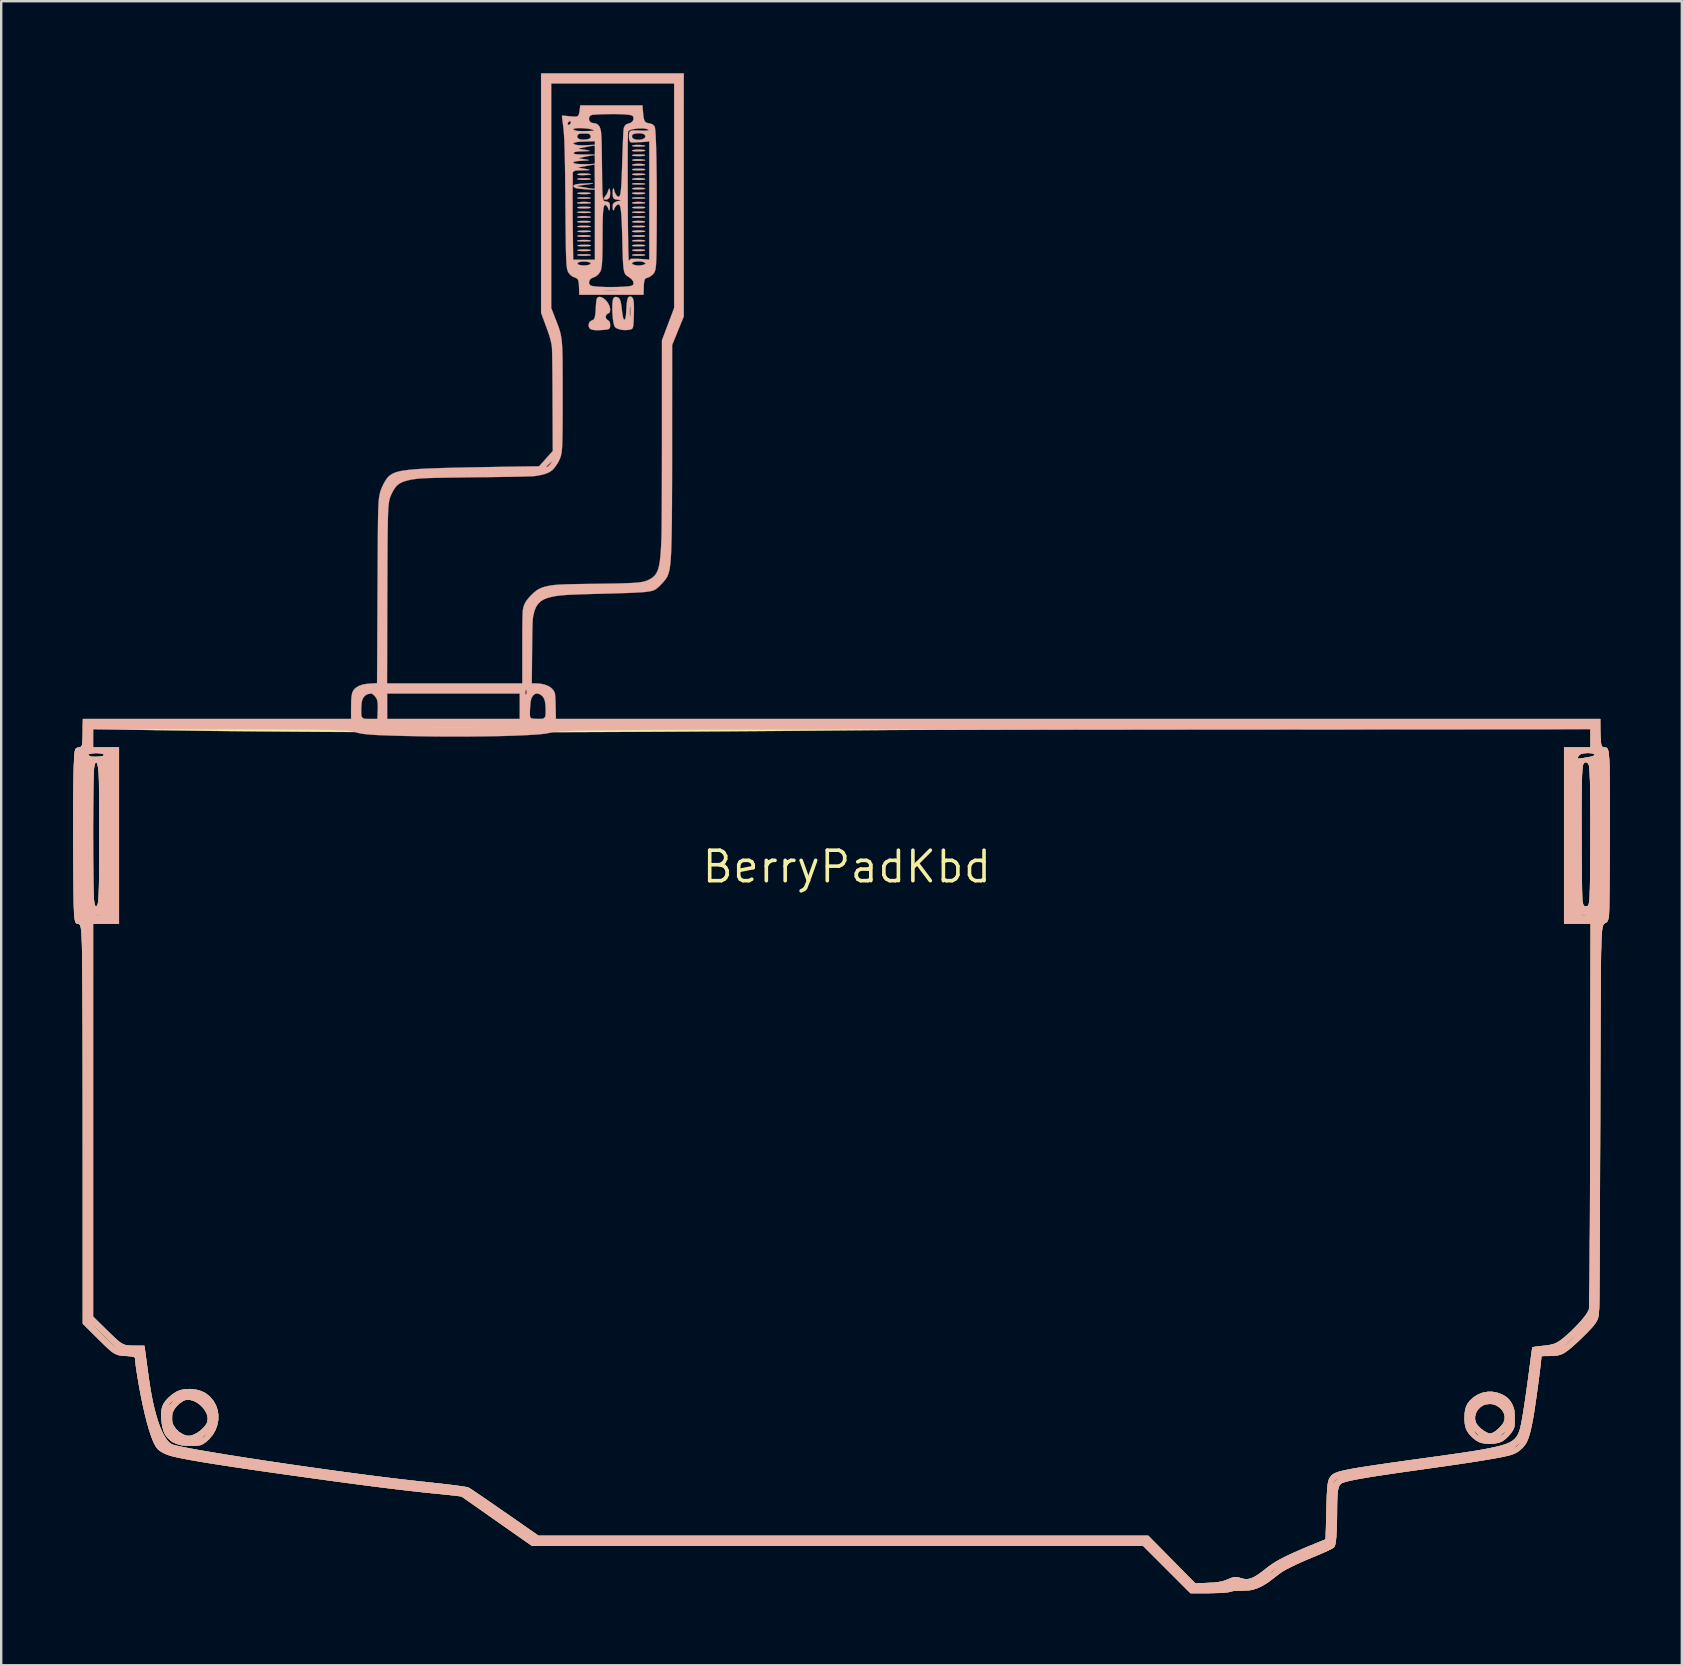
<source format=kicad_pcb>
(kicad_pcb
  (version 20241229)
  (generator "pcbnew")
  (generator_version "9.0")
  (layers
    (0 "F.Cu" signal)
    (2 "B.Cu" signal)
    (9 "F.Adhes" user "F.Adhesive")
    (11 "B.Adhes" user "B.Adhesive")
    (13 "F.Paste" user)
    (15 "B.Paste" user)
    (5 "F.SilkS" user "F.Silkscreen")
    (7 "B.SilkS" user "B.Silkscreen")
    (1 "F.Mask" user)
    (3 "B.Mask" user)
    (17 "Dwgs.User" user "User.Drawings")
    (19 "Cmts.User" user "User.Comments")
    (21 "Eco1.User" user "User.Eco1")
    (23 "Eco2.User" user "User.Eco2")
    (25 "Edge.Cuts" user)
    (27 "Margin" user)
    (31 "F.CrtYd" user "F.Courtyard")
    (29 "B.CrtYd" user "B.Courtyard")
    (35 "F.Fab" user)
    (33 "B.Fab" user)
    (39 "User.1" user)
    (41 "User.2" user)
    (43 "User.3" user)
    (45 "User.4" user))
  (footprint "BerryPadKbd"
    (layer "F.Cu")
    (at 32.238 33.067)
    (property "Reference" "BerryPadKbd" (at 0 0 0) (layer "F.SilkS") (effects (font (size 1.27 1.27) (thickness 0.15))))
    (attr through_hole)
    (fp_poly (pts (xy 26.91 21.882) (xy 27.12 21.923) (xy 27.165 21.937) (xy 27.35 22.015) (xy 27.5 22.112) (xy 27.62 22.232) (xy 27.714 22.381) (xy 27.767 22.506) (xy 27.788 22.568) (xy 27.803 22.623) (xy 27.813 22.681) (xy 27.819 22.752) (xy 27.822 22.844) (xy 27.823 22.967) (xy 27.823 22.998) (xy 27.823 23.125) (xy 27.822 23.219) (xy 27.818 23.287) (xy 27.81 23.338) (xy 27.798 23.381) (xy 27.78 23.424) (xy 27.761 23.463) (xy 27.706 23.553) (xy 27.627 23.653) (xy 27.534 23.754) (xy 27.436 23.846) (xy 27.343 23.918) (xy 27.279 23.956) (xy 27.151 24) (xy 26.995 24.029) (xy 26.821 24.041) (xy 26.641 24.036) (xy 26.527 24.024) (xy 26.371 23.982) (xy 26.22 23.902) (xy 26.07 23.781) (xy 26.033 23.746) (xy 25.923 23.624) (xy 25.85 23.514) (xy 26.123 23.514) (xy 26.136 23.539) (xy 26.164 23.578) (xy 26.201 23.623) (xy 26.24 23.666) (xy 26.274 23.698) (xy 26.287 23.707) (xy 26.32 23.725) (xy 26.331 23.721) (xy 26.331 23.712) (xy 27.241 23.712) (xy 27.255 23.719) (xy 27.288 23.702) (xy 27.333 23.666) (xy 27.369 23.629) (xy 27.418 23.572) (xy 27.463 23.518) (xy 27.464 23.516) (xy 27.506 23.463) (xy 27.453 23.505) (xy 27.39 23.557) (xy 27.329 23.613) (xy 27.279 23.663) (xy 27.248 23.699) (xy 27.241 23.712) (xy 26.331 23.712) (xy 26.331 23.708) (xy 26.317 23.681) (xy 26.279 23.639) (xy 26.23 23.59) (xy 26.179 23.545) (xy 26.136 23.514) (xy 26.132 23.511) (xy 26.123 23.514) (xy 25.85 23.514) (xy 25.842 23.502) (xy 25.787 23.372) (xy 25.754 23.225) (xy 25.74 23.05) (xy 25.739 22.966) (xy 25.742 22.905) (xy 26.175 22.905) (xy 26.175 23.038) (xy 26.21 23.163) (xy 26.23 23.202) (xy 26.312 23.311) (xy 26.424 23.419) (xy 26.555 23.516) (xy 26.62 23.553) (xy 26.71 23.598) (xy 26.782 23.617) (xy 26.848 23.612) (xy 26.924 23.585) (xy 26.944 23.576) (xy 27.02 23.528) (xy 27.109 23.455) (xy 27.2 23.368) (xy 27.283 23.278) (xy 27.347 23.193) (xy 27.368 23.157) (xy 27.41 23.031) (xy 27.414 22.901) (xy 27.381 22.773) (xy 27.315 22.653) (xy 27.218 22.546) (xy 27.092 22.459) (xy 27.053 22.439) (xy 26.973 22.407) (xy 26.896 22.39) (xy 26.802 22.384) (xy 26.776 22.384) (xy 26.642 22.395) (xy 26.53 22.43) (xy 26.423 22.496) (xy 26.368 22.541) (xy 26.273 22.648) (xy 26.209 22.772) (xy 26.175 22.905) (xy 25.742 22.905) (xy 25.746 22.777) (xy 25.769 22.621) (xy 25.809 22.488) (xy 25.869 22.37) (xy 25.953 22.26) (xy 25.964 22.248) (xy 26.121 22.103) (xy 26.3 21.993) (xy 26.494 21.918) (xy 26.699 21.881) (xy 26.91 21.882)) (stroke (width 0.01) (type solid)) (fill yes) (layer "F.SilkS"))
    (fp_poly (pts (xy -27.328 21.766) (xy -27.102 21.794) (xy -26.906 21.85) (xy -26.732 21.935) (xy -26.577 22.052) (xy -26.533 22.093) (xy -26.394 22.259) (xy -26.291 22.443) (xy -26.224 22.64) (xy -26.192 22.845) (xy -26.196 23.054) (xy -26.235 23.262) (xy -26.309 23.465) (xy -26.418 23.657) (xy -26.562 23.834) (xy -26.574 23.847) (xy -26.705 23.966) (xy -26.824 24.047) (xy -26.852 24.061) (xy -26.903 24.084) (xy -26.949 24.1) (xy -27 24.11) (xy -27.063 24.117) (xy -27.149 24.121) (xy -27.266 24.123) (xy -27.294 24.123) (xy -27.415 24.123) (xy -27.528 24.121) (xy -27.623 24.117) (xy -27.691 24.11) (xy -27.706 24.108) (xy -27.858 24.069) (xy -27.999 24.018) (xy -28.102 23.968) (xy -28.192 23.902) (xy -28.286 23.812) (xy -28.3 23.795) (xy -26.86 23.795) (xy -26.849 23.812) (xy -26.816 23.795) (xy -26.764 23.745) (xy -26.763 23.744) (xy -26.713 23.687) (xy -26.667 23.632) (xy -26.659 23.622) (xy -26.617 23.569) (xy -26.67 23.611) (xy -26.738 23.667) (xy -26.797 23.721) (xy -26.841 23.766) (xy -26.86 23.793) (xy -26.86 23.795) (xy -28.3 23.795) (xy -28.37 23.712) (xy -28.426 23.623) (xy -28.476 23.5) (xy -28.517 23.347) (xy -28.547 23.177) (xy -28.567 23) (xy -28.567 22.976) (xy -28.12 22.976) (xy -28.118 23.074) (xy -28.111 23.144) (xy -28.096 23.2) (xy -28.071 23.256) (xy -28.062 23.273) (xy -27.961 23.425) (xy -27.836 23.547) (xy -27.681 23.644) (xy -27.607 23.677) (xy -27.497 23.712) (xy -27.392 23.716) (xy -27.278 23.69) (xy -27.204 23.662) (xy -27.075 23.595) (xy -26.95 23.507) (xy -26.835 23.407) (xy -26.74 23.301) (xy -26.672 23.198) (xy -26.648 23.144) (xy -26.635 23.076) (xy -26.63 22.992) (xy -26.632 22.956) (xy -26.664 22.814) (xy -26.731 22.674) (xy -26.827 22.541) (xy -26.946 22.423) (xy -27.081 22.324) (xy -27.225 22.252) (xy -27.373 22.212) (xy -27.413 22.208) (xy -27.494 22.206) (xy -27.559 22.217) (xy -27.63 22.246) (xy -27.657 22.259) (xy -27.785 22.341) (xy -27.906 22.451) (xy -28.007 22.574) (xy -28.059 22.662) (xy -28.089 22.729) (xy -28.108 22.789) (xy -28.117 22.855) (xy -28.119 22.945) (xy -28.12 22.976) (xy -28.567 22.976) (xy -28.572 22.829) (xy -28.563 22.676) (xy -28.558 22.636) (xy -28.527 22.504) (xy -28.49 22.42) (xy -28.258 22.42) (xy -28.246 22.436) (xy -28.212 22.417) (xy -28.156 22.363) (xy -28.15 22.357) (xy -28.097 22.299) (xy -28.05 22.244) (xy -28.035 22.225) (xy -27.993 22.172) (xy -28.057 22.225) (xy -28.142 22.298) (xy -28.207 22.358) (xy -28.247 22.401) (xy -28.258 22.42) (xy -28.49 22.42) (xy -28.477 22.388) (xy -28.403 22.277) (xy -28.298 22.159) (xy -28.279 22.14) (xy -28.111 21.992) (xy -27.943 21.882) (xy -27.769 21.809) (xy -27.581 21.771) (xy -27.374 21.764) (xy -27.328 21.766)) (stroke (width 0.01) (type solid)) (fill yes) (layer "F.SilkS"))
    (fp_poly (pts (xy 31.392 -5.855) (xy 31.394 -5.717) (xy 31.397 -5.567) (xy 31.403 -5.422) (xy 31.409 -5.309) (xy 31.419 -5.18) (xy 31.434 -5.089) (xy 31.456 -5.028) (xy 31.487 -4.993) (xy 31.532 -4.977) (xy 31.569 -4.974) (xy 31.618 -4.97) (xy 31.657 -4.956) (xy 31.688 -4.926) (xy 31.712 -4.878) (xy 31.731 -4.806) (xy 31.746 -4.706) (xy 31.758 -4.574) (xy 31.769 -4.406) (xy 31.773 -4.326) (xy 31.776 -4.244) (xy 31.779 -4.125) (xy 31.781 -3.974) (xy 31.783 -3.791) (xy 31.785 -3.581) (xy 31.786 -3.347) (xy 31.787 -3.091) (xy 31.788 -2.816) (xy 31.788 -2.526) (xy 31.789 -2.223) (xy 31.788 -1.91) (xy 31.788 -1.59) (xy 31.787 -1.266) (xy 31.786 -0.941) (xy 31.785 -0.619) (xy 31.784 -0.301) (xy 31.782 0.009) (xy 31.78 0.308) (xy 31.778 0.594) (xy 31.776 0.863) (xy 31.773 1.112) (xy 31.77 1.338) (xy 31.768 1.539) (xy 31.765 1.712) (xy 31.761 1.853) (xy 31.758 1.959) (xy 31.755 2.028) (xy 31.752 2.053) (xy 31.73 2.165) (xy 31.706 2.242) (xy 31.675 2.293) (xy 31.635 2.327) (xy 31.609 2.339) (xy 31.563 2.365) (xy 31.528 2.405) (xy 31.502 2.464) (xy 31.482 2.548) (xy 31.466 2.664) (xy 31.456 2.786) (xy 31.452 2.842) (xy 31.448 2.902) (xy 31.444 2.968) (xy 31.441 3.04) (xy 31.438 3.12) (xy 31.435 3.209) (xy 31.432 3.309) (xy 31.429 3.422) (xy 31.426 3.548) (xy 31.424 3.689) (xy 31.422 3.846) (xy 31.419 4.021) (xy 31.417 4.215) (xy 31.415 4.429) (xy 31.413 4.665) (xy 31.411 4.924) (xy 31.41 5.208) (xy 31.408 5.518) (xy 31.406 5.855) (xy 31.404 6.221) (xy 31.402 6.617) (xy 31.401 7.044) (xy 31.399 7.504) (xy 31.397 7.998) (xy 31.395 8.527) (xy 31.393 9.094) (xy 31.391 9.699) (xy 31.389 10.343) (xy 31.387 10.996) (xy 31.386 11.537) (xy 31.384 12.07) (xy 31.382 12.592) (xy 31.38 13.103) (xy 31.378 13.6) (xy 31.376 14.081) (xy 31.374 14.545) (xy 31.372 14.991) (xy 31.37 15.416) (xy 31.368 15.819) (xy 31.366 16.198) (xy 31.364 16.551) (xy 31.363 16.877) (xy 31.361 17.174) (xy 31.359 17.44) (xy 31.357 17.674) (xy 31.356 17.873) (xy 31.354 18.037) (xy 31.352 18.163) (xy 31.351 18.249) (xy 31.35 18.288) (xy 31.343 18.46) (xy 31.333 18.597) (xy 31.32 18.706) (xy 31.301 18.796) (xy 31.273 18.874) (xy 31.236 18.947) (xy 31.186 19.022) (xy 31.126 19.104) (xy 31.064 19.178) (xy 30.977 19.274) (xy 30.869 19.386) (xy 30.748 19.509) (xy 30.618 19.636) (xy 30.486 19.762) (xy 30.358 19.881) (xy 30.239 19.988) (xy 30.168 20.049) (xy 30.035 20.156) (xy 29.92 20.238) (xy 29.814 20.298) (xy 29.706 20.339) (xy 29.588 20.364) (xy 29.449 20.378) (xy 29.281 20.383) (xy 29.226 20.383) (xy 29.109 20.384) (xy 29.028 20.386) (xy 28.977 20.39) (xy 28.949 20.397) (xy 28.937 20.409) (xy 28.935 20.421) (xy 28.932 20.481) (xy 28.923 20.579) (xy 28.909 20.708) (xy 28.891 20.865) (xy 28.869 21.044) (xy 28.845 21.24) (xy 28.818 21.448) (xy 28.789 21.663) (xy 28.76 21.881) (xy 28.73 22.096) (xy 28.7 22.304) (xy 28.671 22.5) (xy 28.644 22.678) (xy 28.619 22.833) (xy 28.598 22.962) (xy 28.593 22.986) (xy 28.546 23.233) (xy 28.501 23.442) (xy 28.457 23.619) (xy 28.413 23.767) (xy 28.366 23.891) (xy 28.315 23.996) (xy 28.258 24.086) (xy 28.195 24.167) (xy 28.168 24.196) (xy 28.034 24.321) (xy 27.898 24.414) (xy 27.746 24.482) (xy 27.622 24.52) (xy 27.483 24.554) (xy 27.307 24.592) (xy 27.092 24.633) (xy 26.84 24.678) (xy 26.549 24.727) (xy 26.219 24.78) (xy 25.849 24.838) (xy 25.439 24.899) (xy 24.988 24.965) (xy 24.496 25.035) (xy 24.088 25.093) (xy 23.621 25.158) (xy 23.194 25.219) (xy 22.806 25.275) (xy 22.456 25.327) (xy 22.141 25.375) (xy 21.86 25.419) (xy 21.612 25.46) (xy 21.394 25.498) (xy 21.206 25.532) (xy 21.046 25.565) (xy 20.911 25.594) (xy 20.802 25.622) (xy 20.715 25.648) (xy 20.649 25.673) (xy 20.643 25.675) (xy 20.591 25.705) (xy 20.548 25.748) (xy 20.512 25.807) (xy 20.484 25.885) (xy 20.462 25.987) (xy 20.446 26.116) (xy 20.435 26.275) (xy 20.428 26.468) (xy 20.425 26.699) (xy 20.425 26.775) (xy 20.424 27) (xy 20.42 27.222) (xy 20.414 27.435) (xy 20.407 27.633) (xy 20.398 27.813) (xy 20.387 27.967) (xy 20.376 28.091) (xy 20.364 28.179) (xy 20.361 28.194) (xy 20.341 28.267) (xy 20.317 28.327) (xy 20.302 28.351) (xy 20.261 28.383) (xy 20.182 28.428) (xy 20.064 28.487) (xy 19.907 28.559) (xy 19.71 28.644) (xy 19.475 28.744) (xy 19.346 28.797) (xy 19.112 28.896) (xy 18.887 28.995) (xy 18.678 29.091) (xy 18.49 29.182) (xy 18.326 29.267) (xy 18.193 29.341) (xy 18.104 29.397) (xy 18.036 29.446) (xy 17.948 29.512) (xy 17.853 29.586) (xy 17.78 29.643) (xy 17.538 29.824) (xy 17.308 29.965) (xy 17.091 30.066) (xy 16.883 30.13) (xy 16.875 30.131) (xy 16.784 30.145) (xy 16.662 30.155) (xy 16.517 30.161) (xy 16.419 30.162) (xy 16.276 30.164) (xy 16.169 30.169) (xy 16.092 30.178) (xy 16.039 30.191) (xy 16.031 30.194) (xy 15.955 30.216) (xy 15.841 30.234) (xy 15.688 30.248) (xy 15.496 30.259) (xy 15.264 30.265) (xy 14.991 30.268) (xy 14.912 30.268) (xy 14.319 30.268) (xy 13.335 29.284) (xy 12.351 28.3) (xy -13.114 28.3) (xy -13.336 28.145) (xy -13.391 28.107) (xy -13.477 28.046) (xy -13.591 27.966) (xy -13.729 27.869) (xy -13.888 27.758) (xy -14.064 27.635) (xy -14.254 27.502) (xy -14.453 27.361) (xy -14.66 27.217) (xy -14.764 27.144) (xy -14.967 27.001) (xy -15.16 26.865) (xy -15.342 26.738) (xy -15.508 26.621) (xy -15.657 26.517) (xy -15.784 26.428) (xy -15.888 26.356) (xy -15.965 26.302) (xy -16.012 26.269) (xy -16.026 26.26) (xy -16.049 26.25) (xy -16.089 26.24) (xy -16.15 26.229) (xy -16.236 26.216) (xy -16.348 26.202) (xy -16.492 26.185) (xy -16.668 26.166) (xy -16.882 26.144) (xy -17.031 26.129) (xy -17.364 26.095) (xy -17.701 26.06) (xy -18.046 26.021) (xy -18.402 25.981) (xy -18.771 25.937) (xy -19.157 25.89) (xy -19.561 25.84) (xy -19.988 25.785) (xy -20.44 25.726) (xy -20.919 25.662) (xy -21.428 25.594) (xy -21.971 25.519) (xy -22.551 25.439) (xy -23.146 25.356) (xy -23.756 25.27) (xy -24.324 25.189) (xy -24.852 25.112) (xy -25.34 25.04) (xy -25.789 24.972) (xy -26.199 24.909) (xy -26.572 24.85) (xy -26.907 24.795) (xy -27.206 24.744) (xy -27.468 24.697) (xy -27.696 24.653) (xy -27.889 24.613) (xy -28.049 24.577) (xy -28.176 24.544) (xy -28.19 24.54) (xy -28.356 24.483) (xy -28.508 24.411) (xy -28.637 24.33) (xy -28.713 24.265) (xy -28.784 24.175) (xy -28.857 24.045) (xy -28.932 23.875) (xy -29.009 23.668) (xy -29.087 23.425) (xy -29.166 23.147) (xy -29.245 22.836) (xy -29.323 22.495) (xy -29.388 22.183) (xy -29.433 21.956) (xy -29.476 21.728) (xy -29.516 21.504) (xy -29.552 21.289) (xy -29.584 21.089) (xy -29.612 20.908) (xy -29.633 20.751) (xy -29.647 20.625) (xy -29.654 20.532) (xy -29.655 20.51) (xy -29.659 20.472) (xy -29.678 20.443) (xy -29.716 20.422) (xy -29.778 20.407) (xy -29.869 20.395) (xy -29.997 20.385) (xy -30.039 20.383) (xy -30.165 20.374) (xy -30.258 20.365) (xy -30.33 20.353) (xy -30.389 20.336) (xy -30.445 20.314) (xy -30.452 20.31) (xy -30.5 20.287) (xy -30.547 20.261) (xy -30.595 20.23) (xy -30.648 20.191) (xy -30.709 20.14) (xy -30.782 20.074) (xy -30.871 19.991) (xy -30.978 19.888) (xy -31.108 19.761) (xy -31.263 19.608) (xy -31.3 19.571) (xy -31.835 19.041) (xy -31.835 19.004) (xy -31.509 19.004) (xy -31.507 19.008) (xy -31.484 19.033) (xy -31.438 19.082) (xy -31.37 19.152) (xy -31.287 19.238) (xy -31.191 19.336) (xy -31.088 19.442) (xy -30.98 19.551) (xy -30.873 19.66) (xy -30.769 19.764) (xy -30.675 19.859) (xy -30.593 19.941) (xy -30.528 20.005) (xy -30.483 20.048) (xy -30.464 20.066) (xy -30.464 20.066) (xy -30.467 20.051) (xy -30.479 20.029) (xy -30.5 20.002) (xy -30.548 19.951) (xy -30.616 19.878) (xy -30.701 19.79) (xy -30.799 19.69) (xy -30.904 19.583) (xy -31.013 19.474) (xy -31.12 19.367) (xy -31.222 19.266) (xy -31.313 19.177) (xy -31.358 19.135) (xy -31.425 19.072) (xy -31.476 19.026) (xy -31.505 19.003) (xy -31.509 19.004) (xy -31.835 19.004) (xy -31.835 12.172) (xy -31.836 11.377) (xy -31.836 10.624) (xy -31.836 9.912) (xy -31.837 9.239) (xy -31.838 8.604) (xy -31.839 8.008) (xy -31.84 7.449) (xy -31.842 6.925) (xy -31.843 6.437) (xy -31.845 5.983) (xy -31.847 5.562) (xy -31.849 5.173) (xy -31.852 4.816) (xy -31.854 4.49) (xy -31.857 4.193) (xy -31.86 3.926) (xy -31.864 3.686) (xy -31.867 3.473) (xy -31.871 3.286) (xy -31.875 3.124) (xy -31.88 2.987) (xy -31.885 2.873) (xy -31.89 2.781) (xy -31.895 2.711) (xy -31.898 2.679) (xy -31.915 2.559) (xy -31.934 2.474) (xy -31.958 2.42) (xy -31.989 2.389) (xy -32.032 2.376) (xy -32.041 2.375) (xy -32.066 2.372) (xy -32.088 2.366) (xy -32.107 2.355) (xy -32.125 2.338) (xy -32.141 2.312) (xy -32.155 2.275) (xy -32.167 2.225) (xy -32.177 2.16) (xy -32.187 2.079) (xy -32.191 2.02) (xy -31.342 2.02) (xy -31.305 2.026) (xy -31.227 2.028) (xy -31.2 2.028) (xy -31.113 2.027) (xy -31.067 2.022) (xy -31.064 2.014) (xy -31.073 2.011) (xy -31.144 1.997) (xy -31.228 1.994) (xy -31.304 2.001) (xy -31.337 2.011) (xy -31.342 2.02) (xy -32.191 2.02) (xy -32.194 1.978) (xy -32.201 1.855) (xy -32.207 1.71) (xy -32.212 1.539) (xy -32.215 1.341) (xy -32.219 1.114) (xy -32.221 0.855) (xy -32.224 0.562) (xy -32.226 0.234) (xy -32.228 -0.132) (xy -32.23 -0.537) (xy -32.23 -0.656) (xy -32.232 -1.197) (xy -32.232 -1.344) (xy -31.411 -1.344) (xy -31.41 -0.924) (xy -31.41 -0.544) (xy -31.409 -0.202) (xy -31.407 0.103) (xy -31.405 0.374) (xy -31.402 0.612) (xy -31.398 0.82) (xy -31.393 0.999) (xy -31.387 1.151) (xy -31.381 1.279) (xy -31.373 1.384) (xy -31.364 1.469) (xy -31.354 1.534) (xy -31.342 1.583) (xy -31.329 1.617) (xy -31.314 1.639) (xy -31.298 1.649) (xy -31.286 1.651) (xy -31.248 1.631) (xy -31.223 1.584) (xy -31.212 1.547) (xy -31.202 1.498) (xy -31.194 1.436) (xy -31.186 1.359) (xy -31.179 1.265) (xy -31.173 1.15) (xy -31.168 1.014) (xy -31.164 0.854) (xy -31.16 0.668) (xy -31.157 0.454) (xy -31.155 0.209) (xy -31.153 -0.068) (xy -31.152 -0.38) (xy -31.151 -0.729) (xy -31.151 -1.117) (xy -31.151 -1.344) (xy -31.151 -1.764) (xy -31.152 -2.15) (xy -31.153 -2.501) (xy -31.155 -2.816) (xy -31.157 -3.095) (xy -31.159 -3.336) (xy -31.162 -3.538) (xy -31.166 -3.702) (xy -31.17 -3.824) (xy -31.174 -3.906) (xy -31.174 -3.909) (xy -31.19 -4.07) (xy -31.21 -4.196) (xy -31.233 -4.287) (xy -31.258 -4.341) (xy -31.285 -4.357) (xy -31.313 -4.334) (xy -31.342 -4.269) (xy -31.342 -4.267) (xy -31.353 -4.227) (xy -31.362 -4.172) (xy -31.371 -4.1) (xy -31.378 -4.009) (xy -31.385 -3.897) (xy -31.391 -3.761) (xy -31.396 -3.601) (xy -31.4 -3.414) (xy -31.403 -3.197) (xy -31.406 -2.95) (xy -31.408 -2.67) (xy -31.409 -2.354) (xy -31.41 -2.002) (xy -31.411 -1.61) (xy -31.411 -1.344) (xy -32.232 -1.344) (xy -32.233 -1.703) (xy -32.233 -2.173) (xy -32.231 -2.608) (xy -32.229 -3.005) (xy -32.226 -3.365) (xy -32.222 -3.688) (xy -32.216 -3.971) (xy -32.21 -4.216) (xy -32.203 -4.421) (xy -32.195 -4.585) (xy -32.188 -4.678) (xy -31.611 -4.678) (xy -31.61 -4.658) (xy -31.596 -4.642) (xy -31.554 -4.614) (xy -31.495 -4.592) (xy -31.493 -4.592) (xy -31.427 -4.582) (xy -31.337 -4.579) (xy -31.235 -4.582) (xy -31.137 -4.589) (xy -31.054 -4.601) (xy -31.003 -4.615) (xy -30.96 -4.645) (xy -30.956 -4.672) (xy -30.985 -4.697) (xy -31.045 -4.717) (xy -31.13 -4.731) (xy -31.237 -4.738) (xy -31.327 -4.737) (xy -31.421 -4.73) (xy -31.503 -4.72) (xy -31.562 -4.707) (xy -31.578 -4.701) (xy -31.611 -4.678) (xy -32.188 -4.678) (xy -32.186 -4.709) (xy -32.176 -4.791) (xy -32.172 -4.809) (xy -32.146 -4.89) (xy -32.108 -4.938) (xy -32.046 -4.964) (xy -31.997 -4.973) (xy -31.955 -4.981) (xy -31.921 -4.994) (xy -31.895 -5.017) (xy -31.875 -5.055) (xy -31.861 -5.112) (xy -31.852 -5.193) (xy -31.845 -5.303) (xy -31.841 -5.445) (xy -31.838 -5.626) (xy -31.838 -5.632) (xy -31.837 -5.736) (xy -31.411 -5.736) (xy -31.411 -4.974) (xy -30.332 -4.974) (xy -30.332 2.371) (xy -31.411 2.371) (xy -31.411 18.748) (xy -30.925 19.226) (xy -30.8 19.348) (xy -30.679 19.465) (xy -30.566 19.572) (xy -30.466 19.664) (xy -30.385 19.738) (xy -30.326 19.788) (xy -30.309 19.801) (xy -30.23 19.855) (xy -30.156 19.896) (xy -30.077 19.925) (xy -29.986 19.944) (xy -29.875 19.955) (xy -29.736 19.959) (xy -29.62 19.96) (xy -29.275 19.96) (xy -29.264 20.029) (xy -29.258 20.066) (xy -29.248 20.14) (xy -29.234 20.244) (xy -29.216 20.374) (xy -29.196 20.524) (xy -29.173 20.689) (xy -29.158 20.808) (xy -29.118 21.101) (xy -29.082 21.358) (xy -29.048 21.584) (xy -29.016 21.785) (xy -28.984 21.968) (xy -28.952 22.137) (xy -28.919 22.3) (xy -28.883 22.46) (xy -28.879 22.478) (xy -28.801 22.787) (xy -28.717 23.069) (xy -28.628 23.32) (xy -28.535 23.54) (xy -28.438 23.726) (xy -28.339 23.876) (xy -28.239 23.988) (xy -28.139 24.061) (xy -28.111 24.074) (xy -28.037 24.098) (xy -27.923 24.127) (xy -27.772 24.161) (xy -27.585 24.199) (xy -27.365 24.241) (xy -27.115 24.287) (xy -26.836 24.336) (xy -26.53 24.388) (xy -26.201 24.443) (xy -25.849 24.501) (xy -25.478 24.56) (xy -25.09 24.621) (xy -24.686 24.683) (xy -24.27 24.747) (xy -23.842 24.811) (xy -23.406 24.875) (xy -22.964 24.94) (xy -22.518 25.004) (xy -22.07 25.067) (xy -21.623 25.13) (xy -21.178 25.191) (xy -20.739 25.25) (xy -20.306 25.308) (xy -19.883 25.363) (xy -19.471 25.415) (xy -19.073 25.465) (xy -18.692 25.511) (xy -18.328 25.553) (xy -18.002 25.59) (xy -17.814 25.611) (xy -17.607 25.633) (xy -17.396 25.656) (xy -17.193 25.679) (xy -17.012 25.699) (xy -16.923 25.708) (xy -16.686 25.735) (xy -16.469 25.761) (xy -16.274 25.786) (xy -16.106 25.809) (xy -15.967 25.829) (xy -15.862 25.847) (xy -15.794 25.862) (xy -15.775 25.867) (xy -15.754 25.878) (xy -15.718 25.9) (xy -15.664 25.934) (xy -15.59 25.982) (xy -15.497 26.045) (xy -15.381 26.124) (xy -15.242 26.219) (xy -15.077 26.332) (xy -14.886 26.463) (xy -14.667 26.615) (xy -14.418 26.788) (xy -14.137 26.982) (xy -13.824 27.199) (xy -13.743 27.256) (xy -12.85 27.877) (xy 12.558 27.877) (xy 13.539 28.87) (xy 14.521 29.863) (xy 14.769 29.854) (xy 14.895 29.849) (xy 15.03 29.843) (xy 15.156 29.838) (xy 15.219 29.836) (xy 15.469 29.812) (xy 15.697 29.761) (xy 15.901 29.685) (xy 16.021 29.636) (xy 16.118 29.608) (xy 16.203 29.599) (xy 16.291 29.609) (xy 16.393 29.637) (xy 16.415 29.644) (xy 16.525 29.674) (xy 16.629 29.687) (xy 16.732 29.68) (xy 16.839 29.653) (xy 16.955 29.604) (xy 17.084 29.53) (xy 17.203 29.449) (xy 17.653 29.449) (xy 17.666 29.455) (xy 17.702 29.43) (xy 17.76 29.376) (xy 17.836 29.295) (xy 17.846 29.284) (xy 17.892 29.23) (xy 17.92 29.195) (xy 17.924 29.184) (xy 17.918 29.188) (xy 17.874 29.223) (xy 17.818 29.273) (xy 17.76 29.329) (xy 17.707 29.382) (xy 17.669 29.425) (xy 17.653 29.448) (xy 17.653 29.449) (xy 17.203 29.449) (xy 17.23 29.43) (xy 17.399 29.302) (xy 17.489 29.23) (xy 17.605 29.141) (xy 17.728 29.055) (xy 17.861 28.97) (xy 18.01 28.884) (xy 18.176 28.796) (xy 18.365 28.703) (xy 18.579 28.604) (xy 18.822 28.496) (xy 19.098 28.378) (xy 19.367 28.266) (xy 19.95 28.027) (xy 19.954 27.925) (xy 19.956 27.883) (xy 19.958 27.803) (xy 19.961 27.69) (xy 19.965 27.551) (xy 19.969 27.389) (xy 19.973 27.209) (xy 19.978 27.017) (xy 19.981 26.913) (xy 19.988 26.638) (xy 19.995 26.403) (xy 20.003 26.202) (xy 20.011 26.034) (xy 20.021 25.893) (xy 20.033 25.777) (xy 20.045 25.696) (xy 20.225 25.696) (xy 20.255 25.682) (xy 20.288 25.657) (xy 20.339 25.609) (xy 20.391 25.556) (xy 20.436 25.505) (xy 20.47 25.464) (xy 20.485 25.44) (xy 20.479 25.438) (xy 20.446 25.462) (xy 20.4 25.502) (xy 20.347 25.552) (xy 20.296 25.604) (xy 20.254 25.651) (xy 20.228 25.684) (xy 20.225 25.696) (xy 20.045 25.696) (xy 20.048 25.682) (xy 20.065 25.604) (xy 20.085 25.54) (xy 20.11 25.486) (xy 20.138 25.44) (xy 20.171 25.396) (xy 20.179 25.387) (xy 20.207 25.357) (xy 20.24 25.329) (xy 20.279 25.302) (xy 20.328 25.275) (xy 20.387 25.25) (xy 20.459 25.224) (xy 20.545 25.198) (xy 20.648 25.172) (xy 20.77 25.145) (xy 20.911 25.116) (xy 21.075 25.085) (xy 21.262 25.053) (xy 21.476 25.018) (xy 21.718 24.98) (xy 21.989 24.939) (xy 22.292 24.895) (xy 22.629 24.846) (xy 23.002 24.794) (xy 23.411 24.736) (xy 23.86 24.674) (xy 24.044 24.649) (xy 24.424 24.596) (xy 24.765 24.549) (xy 25.071 24.505) (xy 25.345 24.466) (xy 25.589 24.431) (xy 25.807 24.398) (xy 26.002 24.368) (xy 26.178 24.34) (xy 26.337 24.313) (xy 26.482 24.288) (xy 26.618 24.263) (xy 26.746 24.238) (xy 26.806 24.226) (xy 26.864 24.214) (xy 27.839 24.214) (xy 27.862 24.207) (xy 27.907 24.172) (xy 27.969 24.11) (xy 28.018 24.055) (xy 28.054 24.012) (xy 28.067 23.991) (xy 28.067 23.991) (xy 28.053 23.995) (xy 28.018 24.02) (xy 27.971 24.059) (xy 27.92 24.104) (xy 27.876 24.147) (xy 27.846 24.179) (xy 27.839 24.19) (xy 27.839 24.214) (xy 26.864 24.214) (xy 27.062 24.171) (xy 27.28 24.116) (xy 27.462 24.057) (xy 27.613 23.993) (xy 27.737 23.92) (xy 27.837 23.837) (xy 27.916 23.741) (xy 27.979 23.629) (xy 28.029 23.5) (xy 28.067 23.363) (xy 28.098 23.219) (xy 28.133 23.034) (xy 28.172 22.809) (xy 28.214 22.546) (xy 28.26 22.245) (xy 28.309 21.907) (xy 28.362 21.534) (xy 28.417 21.126) (xy 28.474 20.685) (xy 28.491 20.553) (xy 28.51 20.409) (xy 28.528 20.28) (xy 28.544 20.171) (xy 28.558 20.087) (xy 28.566 20.045) (xy 29.834 20.045) (xy 29.835 20.045) (xy 29.856 20.031) (xy 29.901 19.991) (xy 29.967 19.93) (xy 30.047 19.853) (xy 30.136 19.764) (xy 30.141 19.759) (xy 30.229 19.671) (xy 30.303 19.593) (xy 30.36 19.532) (xy 30.396 19.49) (xy 30.406 19.473) (xy 30.405 19.473) (xy 30.384 19.488) (xy 30.339 19.528) (xy 30.274 19.588) (xy 30.194 19.665) (xy 30.104 19.754) (xy 30.099 19.759) (xy 30.012 19.848) (xy 29.937 19.925) (xy 29.88 19.987) (xy 29.845 20.028) (xy 29.834 20.045) (xy 28.566 20.045) (xy 28.567 20.036) (xy 28.572 20.021) (xy 28.596 20.015) (xy 28.656 20.006) (xy 28.743 19.994) (xy 28.851 19.982) (xy 28.941 19.972) (xy 29.123 19.952) (xy 29.271 19.931) (xy 29.394 19.904) (xy 29.498 19.871) (xy 29.593 19.827) (xy 29.687 19.77) (xy 29.788 19.696) (xy 29.863 19.636) (xy 30.016 19.506) (xy 30.171 19.365) (xy 30.322 19.217) (xy 30.466 19.067) (xy 30.597 18.922) (xy 30.711 18.787) (xy 30.802 18.666) (xy 30.865 18.565) (xy 30.873 18.55) (xy 30.927 18.441) (xy 30.947 17.481) (xy 30.949 17.384) (xy 30.951 17.247) (xy 30.952 17.071) (xy 30.954 16.859) (xy 30.956 16.611) (xy 30.958 16.331) (xy 30.959 16.019) (xy 30.961 15.677) (xy 30.963 15.309) (xy 30.965 14.914) (xy 30.966 14.495) (xy 30.968 14.055) (xy 30.97 13.594) (xy 30.971 13.115) (xy 30.973 12.619) (xy 30.975 12.109) (xy 30.976 11.585) (xy 30.977 11.051) (xy 30.979 10.508) (xy 30.98 9.957) (xy 30.981 9.446) (xy 30.994 2.371) (xy 29.887 2.371) (xy 29.887 2.02) (xy 30.55 2.02) (xy 30.588 2.026) (xy 30.666 2.029) (xy 30.702 2.029) (xy 30.794 2.027) (xy 30.846 2.022) (xy 30.857 2.014) (xy 30.85 2.011) (xy 30.805 2) (xy 30.737 1.994) (xy 30.702 1.993) (xy 30.631 1.996) (xy 30.572 2.005) (xy 30.554 2.011) (xy 30.55 2.02) (xy 29.887 2.02) (xy 29.887 -1.302) (xy 30.236 -1.302) (xy 30.236 -1.076) (xy 30.236 -0.879) (xy 30.237 -0.712) (xy 30.237 -0.578) (xy 30.238 -0.476) (xy 30.238 -0.41) (xy 30.239 -0.38) (xy 30.24 -0.387) (xy 30.241 -0.433) (xy 30.242 -0.52) (xy 30.242 -0.557) (xy 30.243 -0.779) (xy 30.244 -1.028) (xy 30.244 -1.292) (xy 30.244 -1.555) (xy 30.243 -1.806) (xy 30.242 -2.03) (xy 30.242 -2.06) (xy 30.241 -2.158) (xy 30.241 -2.159) (xy 30.611 -2.159) (xy 30.611 -1.748) (xy 30.613 -1.297) (xy 30.614 -0.9) (xy 30.616 -0.593) (xy 30.618 -0.297) (xy 30.621 -0.015) (xy 30.623 0.25) (xy 30.626 0.495) (xy 30.629 0.718) (xy 30.632 0.914) (xy 30.635 1.083) (xy 30.638 1.22) (xy 30.641 1.322) (xy 30.644 1.387) (xy 30.646 1.408) (xy 30.665 1.513) (xy 30.685 1.583) (xy 30.709 1.625) (xy 30.743 1.645) (xy 30.79 1.651) (xy 30.794 1.651) (xy 30.852 1.646) (xy 30.885 1.624) (xy 30.901 1.595) (xy 30.912 1.567) (xy 30.922 1.534) (xy 30.93 1.491) (xy 30.938 1.438) (xy 30.945 1.371) (xy 30.951 1.288) (xy 30.956 1.186) (xy 30.96 1.063) (xy 30.964 0.917) (xy 30.968 0.745) (xy 30.971 0.545) (xy 30.973 0.313) (xy 30.976 0.049) (xy 30.978 -0.252) (xy 30.98 -0.591) (xy 30.981 -0.826) (xy 30.983 -1.341) (xy 30.984 -1.815) (xy 30.983 -2.246) (xy 30.982 -2.637) (xy 30.978 -2.985) (xy 30.974 -3.291) (xy 30.968 -3.555) (xy 30.96 -3.777) (xy 30.952 -3.958) (xy 30.941 -4.095) (xy 30.93 -4.191) (xy 30.922 -4.23) (xy 30.886 -4.306) (xy 30.836 -4.349) (xy 30.779 -4.358) (xy 30.725 -4.332) (xy 30.682 -4.271) (xy 30.671 -4.24) (xy 30.66 -4.183) (xy 30.65 -4.095) (xy 30.641 -3.975) (xy 30.633 -3.822) (xy 30.627 -3.635) (xy 30.621 -3.414) (xy 30.617 -3.156) (xy 30.614 -2.862) (xy 30.612 -2.53) (xy 30.611 -2.159) (xy 30.241 -2.159) (xy 30.24 -2.215) (xy 30.239 -2.233) (xy 30.239 -2.213) (xy 30.238 -2.157) (xy 30.237 -2.065) (xy 30.237 -1.939) (xy 30.236 -1.782) (xy 30.236 -1.594) (xy 30.236 -1.376) (xy 30.236 -1.302) (xy 29.887 -1.302) (xy 29.887 -4.502) (xy 30.438 -4.502) (xy 30.457 -4.5) (xy 30.509 -4.504) (xy 30.586 -4.513) (xy 30.679 -4.527) (xy 30.78 -4.543) (xy 30.879 -4.561) (xy 30.969 -4.578) (xy 31.042 -4.594) (xy 31.087 -4.607) (xy 31.094 -4.61) (xy 31.148 -4.645) (xy 31.162 -4.677) (xy 31.138 -4.703) (xy 31.079 -4.724) (xy 30.987 -4.736) (xy 30.872 -4.741) (xy 30.724 -4.733) (xy 30.612 -4.709) (xy 30.532 -4.668) (xy 30.48 -4.607) (xy 30.469 -4.584) (xy 30.449 -4.534) (xy 30.438 -4.505) (xy 30.438 -4.502) (xy 29.887 -4.502) (xy 29.887 -4.974) (xy 30.988 -4.974) (xy 30.988 -5.739) (xy 17.563 -5.73) (xy 16.546 -5.729) (xy 15.57 -5.729) (xy 14.633 -5.728) (xy 13.736 -5.727) (xy 12.877 -5.726) (xy 12.054 -5.725) (xy 11.267 -5.724) (xy 10.514 -5.724) (xy 9.795 -5.723) (xy 9.107 -5.721) (xy 8.451 -5.72) (xy 7.824 -5.719) (xy 7.226 -5.718) (xy 6.656 -5.717) (xy 6.112 -5.715) (xy 5.593 -5.714) (xy 5.099 -5.712) (xy 4.627 -5.711) (xy 4.177 -5.709) (xy 3.749 -5.708) (xy 3.339 -5.706) (xy 2.949 -5.704) (xy 2.575 -5.702) (xy 2.218 -5.7) (xy 1.876 -5.698) (xy 1.548 -5.696) (xy 1.233 -5.693) (xy 0.929 -5.691) (xy 0.636 -5.688) (xy 0.476 -5.687) (xy -1.327 -5.671) (xy -3.097 -5.657) (xy -4.834 -5.644) (xy -6.538 -5.633) (xy -8.207 -5.624) (xy -9.842 -5.617) (xy -11.442 -5.611) (xy -13.006 -5.607) (xy -14.535 -5.605) (xy -16.027 -5.604) (xy -17.482 -5.606) (xy -18.899 -5.608) (xy -20.279 -5.613) (xy -21.62 -5.62) (xy -22.923 -5.628) (xy -24.186 -5.637) (xy -25.409 -5.649) (xy -26.592 -5.662) (xy -27.734 -5.677) (xy -28.835 -5.694) (xy -29.894 -5.712) (xy -30.057 -5.715) (xy -30.272 -5.719) (xy -30.479 -5.723) (xy -30.672 -5.727) (xy -30.847 -5.73) (xy -30.999 -5.732) (xy -31.124 -5.734) (xy -31.216 -5.735) (xy -31.272 -5.736) (xy -31.279 -5.736) (xy -31.411 -5.736) (xy -31.837 -5.736) (xy -31.831 -6.152) (xy -0.22 -6.152) (xy 31.39 -6.153) (xy 31.392 -5.855)) (stroke (width 0.01) (type solid)) (fill yes) (layer "F.SilkS"))
    (fp_poly (pts (xy -8.638 -28.486) (xy -8.525 -28.481) (xy -8.451 -28.472) (xy -8.414 -28.46) (xy -8.408 -28.453) (xy -8.415 -28.442) (xy -8.446 -28.434) (xy -8.506 -28.429) (xy -8.601 -28.427) (xy -8.677 -28.427) (xy -8.792 -28.428) (xy -8.879 -28.433) (xy -8.935 -28.439) (xy -8.954 -28.448) (xy -8.941 -28.467) (xy -8.9 -28.48) (xy -8.827 -28.486) (xy -8.719 -28.488) (xy -8.638 -28.486)) (stroke (width 0.01) (type solid)) (fill yes) (layer "B.SilkS"))
    (fp_poly (pts (xy -8.584 -26.318) (xy -8.503 -26.314) (xy -8.448 -26.308) (xy -8.429 -26.303) (xy -8.408 -26.281) (xy -8.425 -26.265) (xy -8.48 -26.254) (xy -8.576 -26.248) (xy -8.678 -26.247) (xy -8.777 -26.248) (xy -8.86 -26.252) (xy -8.918 -26.259) (xy -8.942 -26.266) (xy -8.944 -26.288) (xy -8.916 -26.304) (xy -8.855 -26.314) (xy -8.757 -26.319) (xy -8.678 -26.319) (xy -8.584 -26.318)) (stroke (width 0.01) (type solid)) (fill yes) (layer "B.SilkS"))
    (fp_poly (pts (xy -8.583 -25.724) (xy -8.503 -25.72) (xy -8.447 -25.714) (xy -8.428 -25.709) (xy -8.408 -25.688) (xy -8.426 -25.672) (xy -8.483 -25.661) (xy -8.581 -25.655) (xy -8.678 -25.654) (xy -8.777 -25.656) (xy -8.86 -25.66) (xy -8.918 -25.666) (xy -8.942 -25.674) (xy -8.944 -25.695) (xy -8.919 -25.71) (xy -8.861 -25.719) (xy -8.768 -25.724) (xy -8.678 -25.725) (xy -8.583 -25.724)) (stroke (width 0.01) (type solid)) (fill yes) (layer "B.SilkS"))
    (fp_poly (pts (xy -8.583 -29.68) (xy -8.502 -29.677) (xy -8.446 -29.671) (xy -8.427 -29.667) (xy -8.407 -29.645) (xy -8.427 -29.63) (xy -8.487 -29.619) (xy -8.587 -29.613) (xy -8.678 -29.612) (xy -8.777 -29.614) (xy -8.86 -29.618) (xy -8.918 -29.624) (xy -8.942 -29.632) (xy -8.945 -29.652) (xy -8.922 -29.667) (xy -8.868 -29.676) (xy -8.779 -29.681) (xy -8.678 -29.682) (xy -8.583 -29.68)) (stroke (width 0.01) (type solid)) (fill yes) (layer "B.SilkS"))
    (fp_poly (pts (xy -8.553 -26.911) (xy -8.468 -26.902) (xy -8.421 -26.888) (xy -8.41 -26.868) (xy -8.414 -26.861) (xy -8.44 -26.852) (xy -8.501 -26.845) (xy -8.589 -26.841) (xy -8.678 -26.839) (xy -8.784 -26.841) (xy -8.869 -26.846) (xy -8.924 -26.853) (xy -8.943 -26.861) (xy -8.942 -26.883) (xy -8.905 -26.899) (xy -8.831 -26.909) (xy -8.718 -26.913) (xy -8.678 -26.913) (xy -8.553 -26.911)) (stroke (width 0.01) (type solid)) (fill yes) (layer "B.SilkS"))
    (fp_poly (pts (xy -8.533 -27.503) (xy -8.454 -27.496) (xy -8.412 -27.486) (xy -8.405 -27.47) (xy -8.425 -27.452) (xy -8.461 -27.443) (xy -8.527 -27.437) (xy -8.613 -27.434) (xy -8.707 -27.433) (xy -8.797 -27.436) (xy -8.873 -27.441) (xy -8.922 -27.448) (xy -8.932 -27.452) (xy -8.947 -27.473) (xy -8.921 -27.488) (xy -8.854 -27.499) (xy -8.746 -27.504) (xy -8.653 -27.505) (xy -8.533 -27.503)) (stroke (width 0.01) (type solid)) (fill yes) (layer "B.SilkS"))
    (fp_poly (pts (xy -10.859 -27.504) (xy -10.777 -27.5) (xy -10.719 -27.494) (xy -10.7 -27.489) (xy -10.672 -27.471) (xy -10.684 -27.455) (xy -10.734 -27.443) (xy -10.819 -27.436) (xy -10.938 -27.433) (xy -10.954 -27.433) (xy -11.051 -27.434) (xy -11.135 -27.439) (xy -11.194 -27.446) (xy -11.218 -27.452) (xy -11.233 -27.473) (xy -11.207 -27.489) (xy -11.14 -27.499) (xy -11.034 -27.505) (xy -10.954 -27.506) (xy -10.859 -27.504)) (stroke (width 0.01) (type solid)) (fill yes) (layer "B.SilkS"))
    (fp_poly (pts (xy -10.833 -27.303) (xy -10.75 -27.298) (xy -10.698 -27.289) (xy -10.673 -27.274) (xy -10.668 -27.26) (xy -10.688 -27.253) (xy -10.74 -27.247) (xy -10.816 -27.244) (xy -10.905 -27.242) (xy -10.999 -27.242) (xy -11.088 -27.244) (xy -11.162 -27.248) (xy -11.211 -27.254) (xy -11.228 -27.26) (xy -11.228 -27.279) (xy -11.2 -27.292) (xy -11.139 -27.3) (xy -11.043 -27.304) (xy -10.954 -27.305) (xy -10.833 -27.303)) (stroke (width 0.01) (type solid)) (fill yes) (layer "B.SilkS"))
    (fp_poly (pts (xy -10.83 -26.318) (xy -10.744 -26.311) (xy -10.694 -26.3) (xy -10.675 -26.283) (xy -10.679 -26.266) (xy -10.705 -26.258) (xy -10.762 -26.252) (xy -10.841 -26.249) (xy -10.932 -26.247) (xy -11.025 -26.248) (xy -11.11 -26.251) (xy -11.176 -26.257) (xy -11.213 -26.264) (xy -11.215 -26.266) (xy -11.233 -26.287) (xy -11.21 -26.302) (xy -11.146 -26.313) (xy -11.041 -26.319) (xy -10.954 -26.32) (xy -10.83 -26.318)) (stroke (width 0.01) (type solid)) (fill yes) (layer "B.SilkS"))
    (fp_poly (pts (xy -10.824 -25.524) (xy -10.735 -25.516) (xy -10.683 -25.502) (xy -10.668 -25.484) (xy -10.688 -25.474) (xy -10.741 -25.466) (xy -10.821 -25.46) (xy -10.917 -25.457) (xy -11.022 -25.457) (xy -11.097 -25.459) (xy -11.179 -25.466) (xy -11.227 -25.478) (xy -11.238 -25.492) (xy -11.21 -25.508) (xy -11.192 -25.514) (xy -11.15 -25.519) (xy -11.078 -25.524) (xy -10.99 -25.526) (xy -10.954 -25.526) (xy -10.824 -25.524)) (stroke (width 0.01) (type solid)) (fill yes) (layer "B.SilkS"))
    (fp_poly (pts (xy -10.813 -25.723) (xy -10.734 -25.716) (xy -10.689 -25.705) (xy -10.675 -25.687) (xy -10.679 -25.674) (xy -10.705 -25.666) (xy -10.762 -25.66) (xy -10.842 -25.656) (xy -10.933 -25.654) (xy -11.027 -25.655) (xy -11.113 -25.658) (xy -11.182 -25.663) (xy -11.222 -25.67) (xy -11.228 -25.674) (xy -11.222 -25.695) (xy -11.175 -25.711) (xy -11.086 -25.721) (xy -10.955 -25.725) (xy -10.931 -25.725) (xy -10.813 -25.723)) (stroke (width 0.01) (type solid)) (fill yes) (layer "B.SilkS"))
    (fp_poly (pts (xy -10.809 -25.917) (xy -10.727 -25.911) (xy -10.681 -25.902) (xy -10.667 -25.887) (xy -10.676 -25.871) (xy -10.704 -25.864) (xy -10.764 -25.858) (xy -10.845 -25.854) (xy -10.937 -25.852) (xy -11.028 -25.852) (xy -11.11 -25.855) (xy -11.17 -25.86) (xy -11.187 -25.864) (xy -11.226 -25.879) (xy -11.227 -25.892) (xy -11.19 -25.904) (xy -11.121 -25.912) (xy -11.021 -25.917) (xy -10.929 -25.919) (xy -10.809 -25.917)) (stroke (width 0.01) (type solid)) (fill yes) (layer "B.SilkS"))
    (fp_poly (pts (xy -10.808 -26.51) (xy -10.726 -26.504) (xy -10.68 -26.494) (xy -10.667 -26.479) (xy -10.675 -26.465) (xy -10.703 -26.458) (xy -10.762 -26.452) (xy -10.843 -26.448) (xy -10.935 -26.445) (xy -11.026 -26.445) (xy -11.107 -26.448) (xy -11.168 -26.453) (xy -11.187 -26.456) (xy -11.226 -26.471) (xy -11.226 -26.485) (xy -11.19 -26.496) (xy -11.12 -26.505) (xy -11.02 -26.51) (xy -10.929 -26.511) (xy -10.808 -26.51)) (stroke (width 0.01) (type solid)) (fill yes) (layer "B.SilkS"))
    (fp_poly (pts (xy -8.64 -30.077) (xy -8.555 -30.071) (xy -8.481 -30.062) (xy -8.427 -30.05) (xy -8.403 -30.036) (xy -8.405 -30.027) (xy -8.432 -30.021) (xy -8.49 -30.015) (xy -8.57 -30.011) (xy -8.66 -30.008) (xy -8.75 -30.008) (xy -8.821 -30.01) (xy -8.9 -30.018) (xy -8.943 -30.03) (xy -8.949 -30.045) (xy -8.916 -30.06) (xy -8.881 -30.068) (xy -8.811 -30.077) (xy -8.728 -30.079) (xy -8.64 -30.077)) (stroke (width 0.01) (type solid)) (fill yes) (layer "B.SilkS"))
    (fp_poly (pts (xy -8.618 -28.889) (xy -8.504 -28.882) (xy -8.432 -28.871) (xy -8.401 -28.856) (xy -8.405 -28.841) (xy -8.431 -28.835) (xy -8.489 -28.829) (xy -8.567 -28.824) (xy -8.655 -28.821) (xy -8.741 -28.819) (xy -8.816 -28.82) (xy -8.853 -28.822) (xy -8.912 -28.831) (xy -8.948 -28.844) (xy -8.954 -28.85) (xy -8.933 -28.869) (xy -8.876 -28.883) (xy -8.786 -28.89) (xy -8.668 -28.891) (xy -8.618 -28.889)) (stroke (width 0.01) (type solid)) (fill yes) (layer "B.SilkS"))
    (fp_poly (pts (xy -8.579 -28.097) (xy -8.495 -28.094) (xy -8.436 -28.088) (xy -8.411 -28.082) (xy -8.406 -28.059) (xy -8.442 -28.042) (xy -8.519 -28.031) (xy -8.636 -28.026) (xy -8.678 -28.025) (xy -8.774 -28.027) (xy -8.855 -28.032) (xy -8.912 -28.039) (xy -8.932 -28.045) (xy -8.953 -28.066) (xy -8.94 -28.081) (xy -8.892 -28.091) (xy -8.806 -28.097) (xy -8.681 -28.099) (xy -8.678 -28.099) (xy -8.579 -28.097)) (stroke (width 0.01) (type solid)) (fill yes) (layer "B.SilkS"))
    (fp_poly (pts (xy -8.55 -25.524) (xy -8.462 -25.515) (xy -8.414 -25.5) (xy -8.403 -25.484) (xy -8.423 -25.474) (xy -8.477 -25.465) (xy -8.556 -25.459) (xy -8.653 -25.457) (xy -8.759 -25.457) (xy -8.811 -25.459) (xy -8.893 -25.466) (xy -8.941 -25.478) (xy -8.952 -25.492) (xy -8.924 -25.508) (xy -8.906 -25.514) (xy -8.863 -25.52) (xy -8.791 -25.524) (xy -8.704 -25.526) (xy -8.678 -25.526) (xy -8.55 -25.524)) (stroke (width 0.01) (type solid)) (fill yes) (layer "B.SilkS"))
    (fp_poly (pts (xy -10.885 -28.89) (xy -10.8 -28.884) (xy -10.73 -28.874) (xy -10.683 -28.861) (xy -10.667 -28.847) (xy -10.67 -28.842) (xy -10.696 -28.836) (xy -10.753 -28.83) (xy -10.832 -28.825) (xy -10.921 -28.821) (xy -11.01 -28.819) (xy -11.088 -28.82) (xy -11.139 -28.822) (xy -11.208 -28.833) (xy -11.235 -28.848) (xy -11.221 -28.864) (xy -11.165 -28.88) (xy -11.143 -28.883) (xy -11.065 -28.891) (xy -10.976 -28.893) (xy -10.885 -28.89)) (stroke (width 0.01) (type solid)) (fill yes) (layer "B.SilkS"))
    (fp_poly (pts (xy -10.831 -27.896) (xy -10.746 -27.891) (xy -10.696 -27.881) (xy -10.677 -27.866) (xy -10.68 -27.853) (xy -10.704 -27.846) (xy -10.763 -27.84) (xy -10.846 -27.836) (xy -10.946 -27.834) (xy -10.954 -27.834) (xy -11.055 -27.836) (xy -11.14 -27.84) (xy -11.2 -27.845) (xy -11.227 -27.853) (xy -11.228 -27.853) (xy -11.228 -27.871) (xy -11.2 -27.884) (xy -11.139 -27.893) (xy -11.043 -27.897) (xy -10.954 -27.898) (xy -10.831 -27.896)) (stroke (width 0.01) (type solid)) (fill yes) (layer "B.SilkS"))
    (fp_poly (pts (xy -10.826 -26.709) (xy -10.738 -26.702) (xy -10.686 -26.688) (xy -10.668 -26.669) (xy -10.668 -26.668) (xy -10.688 -26.661) (xy -10.742 -26.655) (xy -10.824 -26.651) (xy -10.924 -26.649) (xy -10.954 -26.649) (xy -11.058 -26.65) (xy -11.146 -26.654) (xy -11.208 -26.659) (xy -11.238 -26.666) (xy -11.239 -26.668) (xy -11.224 -26.687) (xy -11.174 -26.701) (xy -11.087 -26.709) (xy -10.962 -26.712) (xy -10.954 -26.712) (xy -10.826 -26.709)) (stroke (width 0.01) (type solid)) (fill yes) (layer "B.SilkS"))
    (fp_poly (pts (xy -10.826 -26.117) (xy -10.738 -26.109) (xy -10.686 -26.096) (xy -10.668 -26.076) (xy -10.668 -26.075) (xy -10.688 -26.068) (xy -10.742 -26.062) (xy -10.824 -26.058) (xy -10.924 -26.056) (xy -10.954 -26.056) (xy -11.058 -26.057) (xy -11.146 -26.061) (xy -11.208 -26.066) (xy -11.238 -26.073) (xy -11.239 -26.075) (xy -11.224 -26.095) (xy -11.174 -26.108) (xy -11.087 -26.116) (xy -10.962 -26.119) (xy -10.954 -26.119) (xy -10.826 -26.117)) (stroke (width 0.01) (type solid)) (fill yes) (layer "B.SilkS"))
    (fp_poly (pts (xy -8.641 -29.484) (xy -8.556 -29.478) (xy -8.482 -29.469) (xy -8.428 -29.458) (xy -8.403 -29.444) (xy -8.405 -29.435) (xy -8.432 -29.429) (xy -8.49 -29.423) (xy -8.568 -29.418) (xy -8.656 -29.415) (xy -8.743 -29.413) (xy -8.817 -29.415) (xy -8.842 -29.416) (xy -8.914 -29.425) (xy -8.948 -29.44) (xy -8.943 -29.456) (xy -8.899 -29.472) (xy -8.881 -29.476) (xy -8.812 -29.484) (xy -8.729 -29.486) (xy -8.641 -29.484)) (stroke (width 0.01) (type solid)) (fill yes) (layer "B.SilkS"))
    (fp_poly (pts (xy -8.617 -29.29) (xy -8.541 -29.285) (xy -8.457 -29.273) (xy -8.413 -29.258) (xy -8.408 -29.242) (xy -8.444 -29.225) (xy -8.451 -29.223) (xy -8.495 -29.218) (xy -8.568 -29.214) (xy -8.657 -29.213) (xy -8.751 -29.214) (xy -8.835 -29.216) (xy -8.897 -29.221) (xy -8.916 -29.225) (xy -8.951 -29.239) (xy -8.949 -29.254) (xy -8.918 -29.267) (xy -8.862 -29.278) (xy -8.79 -29.287) (xy -8.706 -29.291) (xy -8.617 -29.29)) (stroke (width 0.01) (type solid)) (fill yes) (layer "B.SilkS"))
    (fp_poly (pts (xy -8.617 -28.698) (xy -8.541 -28.692) (xy -8.456 -28.679) (xy -8.411 -28.664) (xy -8.407 -28.646) (xy -8.437 -28.63) (xy -8.472 -28.625) (xy -8.538 -28.622) (xy -8.623 -28.62) (xy -8.715 -28.62) (xy -8.802 -28.622) (xy -8.873 -28.626) (xy -8.916 -28.632) (xy -8.916 -28.632) (xy -8.951 -28.646) (xy -8.949 -28.661) (xy -8.918 -28.674) (xy -8.862 -28.686) (xy -8.79 -28.694) (xy -8.706 -28.698) (xy -8.617 -28.698)) (stroke (width 0.01) (type solid)) (fill yes) (layer "B.SilkS"))
    (fp_poly (pts (xy -8.597 -28.296) (xy -8.592 -28.295) (xy -8.491 -28.287) (xy -8.428 -28.276) (xy -8.402 -28.262) (xy -8.408 -28.246) (xy -8.434 -28.239) (xy -8.492 -28.233) (xy -8.571 -28.228) (xy -8.66 -28.225) (xy -8.748 -28.224) (xy -8.824 -28.226) (xy -8.874 -28.229) (xy -8.925 -28.24) (xy -8.952 -28.254) (xy -8.954 -28.257) (xy -8.934 -28.274) (xy -8.88 -28.286) (xy -8.8 -28.295) (xy -8.703 -28.298) (xy -8.597 -28.296)) (stroke (width 0.01) (type solid)) (fill yes) (layer "B.SilkS"))
    (fp_poly (pts (xy -8.563 -29.086) (xy -8.484 -29.082) (xy -8.435 -29.073) (xy -8.41 -29.06) (xy -8.403 -29.04) (xy -8.403 -29.039) (xy -8.423 -29.031) (xy -8.475 -29.025) (xy -8.55 -29.022) (xy -8.638 -29.02) (xy -8.73 -29.02) (xy -8.816 -29.023) (xy -8.886 -29.027) (xy -8.931 -29.034) (xy -8.942 -29.039) (xy -8.945 -29.059) (xy -8.924 -29.073) (xy -8.874 -29.081) (xy -8.79 -29.086) (xy -8.678 -29.087) (xy -8.563 -29.086)) (stroke (width 0.01) (type solid)) (fill yes) (layer "B.SilkS"))
    (fp_poly (pts (xy -8.56 -27.896) (xy -8.479 -27.891) (xy -8.429 -27.88) (xy -8.406 -27.865) (xy -8.403 -27.853) (xy -8.423 -27.846) (xy -8.477 -27.84) (xy -8.558 -27.836) (xy -8.658 -27.834) (xy -8.678 -27.834) (xy -8.781 -27.836) (xy -8.866 -27.839) (xy -8.926 -27.845) (xy -8.953 -27.852) (xy -8.954 -27.853) (xy -8.943 -27.872) (xy -8.91 -27.885) (xy -8.847 -27.893) (xy -8.75 -27.897) (xy -8.678 -27.898) (xy -8.56 -27.896)) (stroke (width 0.01) (type solid)) (fill yes) (layer "B.SilkS"))
    (fp_poly (pts (xy -8.56 -27.303) (xy -8.479 -27.298) (xy -8.429 -27.288) (xy -8.406 -27.272) (xy -8.403 -27.26) (xy -8.423 -27.253) (xy -8.477 -27.248) (xy -8.558 -27.243) (xy -8.658 -27.242) (xy -8.678 -27.241) (xy -8.781 -27.243) (xy -8.866 -27.247) (xy -8.926 -27.252) (xy -8.953 -27.259) (xy -8.954 -27.26) (xy -8.943 -27.28) (xy -8.91 -27.293) (xy -8.847 -27.301) (xy -8.75 -27.304) (xy -8.678 -27.305) (xy -8.56 -27.303)) (stroke (width 0.01) (type solid)) (fill yes) (layer "B.SilkS"))
    (fp_poly (pts (xy -8.56 -26.711) (xy -8.479 -26.705) (xy -8.429 -26.695) (xy -8.406 -26.679) (xy -8.403 -26.668) (xy -8.423 -26.661) (xy -8.477 -26.655) (xy -8.558 -26.651) (xy -8.658 -26.649) (xy -8.678 -26.649) (xy -8.781 -26.65) (xy -8.866 -26.654) (xy -8.926 -26.659) (xy -8.953 -26.666) (xy -8.954 -26.668) (xy -8.943 -26.687) (xy -8.91 -26.7) (xy -8.847 -26.708) (xy -8.75 -26.712) (xy -8.678 -26.712) (xy -8.56 -26.711)) (stroke (width 0.01) (type solid)) (fill yes) (layer "B.SilkS"))
    (fp_poly (pts (xy -8.56 -26.118) (xy -8.479 -26.113) (xy -8.429 -26.102) (xy -8.406 -26.087) (xy -8.403 -26.075) (xy -8.423 -26.068) (xy -8.477 -26.062) (xy -8.558 -26.058) (xy -8.658 -26.056) (xy -8.678 -26.056) (xy -8.781 -26.058) (xy -8.866 -26.061) (xy -8.926 -26.067) (xy -8.953 -26.074) (xy -8.954 -26.075) (xy -8.943 -26.094) (xy -8.91 -26.107) (xy -8.847 -26.115) (xy -8.75 -26.119) (xy -8.678 -26.12) (xy -8.56 -26.118)) (stroke (width 0.01) (type solid)) (fill yes) (layer "B.SilkS"))
    (fp_poly (pts (xy -10.86 -27.703) (xy -10.846 -27.702) (xy -10.748 -27.694) (xy -10.69 -27.683) (xy -10.667 -27.668) (xy -10.673 -27.652) (xy -10.7 -27.646) (xy -10.757 -27.64) (xy -10.837 -27.636) (xy -10.927 -27.633) (xy -11.018 -27.631) (xy -11.098 -27.632) (xy -11.158 -27.635) (xy -11.171 -27.636) (xy -11.225 -27.648) (xy -11.243 -27.661) (xy -11.228 -27.674) (xy -11.187 -27.686) (xy -11.125 -27.696) (xy -11.046 -27.703) (xy -10.956 -27.706) (xy -10.86 -27.703)) (stroke (width 0.01) (type solid)) (fill yes) (layer "B.SilkS"))
    (fp_poly (pts (xy -10.814 -26.91) (xy -10.742 -26.904) (xy -10.7 -26.896) (xy -10.7 -26.896) (xy -10.672 -26.878) (xy -10.684 -26.862) (xy -10.734 -26.851) (xy -10.819 -26.843) (xy -10.938 -26.84) (xy -10.954 -26.84) (xy -11.051 -26.842) (xy -11.135 -26.846) (xy -11.194 -26.853) (xy -11.218 -26.86) (xy -11.236 -26.877) (xy -11.216 -26.892) (xy -11.207 -26.896) (xy -11.164 -26.904) (xy -11.092 -26.909) (xy -11.001 -26.912) (xy -10.905 -26.912) (xy -10.814 -26.91)) (stroke (width 0.01) (type solid)) (fill yes) (layer "B.SilkS"))
    (fp_poly (pts (xy -10.814 -28.688) (xy -10.741 -28.682) (xy -10.7 -28.673) (xy -10.669 -28.658) (xy -10.678 -28.647) (xy -10.7 -28.638) (xy -10.738 -28.63) (xy -10.808 -28.624) (xy -10.897 -28.621) (xy -10.954 -28.62) (xy -11.049 -28.622) (xy -11.131 -28.627) (xy -11.189 -28.633) (xy -11.208 -28.638) (xy -11.238 -28.652) (xy -11.229 -28.664) (xy -11.208 -28.673) (xy -11.165 -28.682) (xy -11.092 -28.688) (xy -11.001 -28.69) (xy -10.904 -28.69) (xy -10.814 -28.688)) (stroke (width 0.01) (type solid)) (fill yes) (layer "B.SilkS"))
    (fp_poly (pts (xy -8.636 -26.519) (xy -8.567 -26.515) (xy -8.477 -26.506) (xy -8.424 -26.496) (xy -8.403 -26.483) (xy -8.41 -26.466) (xy -8.411 -26.464) (xy -8.438 -26.457) (xy -8.496 -26.452) (xy -8.576 -26.447) (xy -8.665 -26.445) (xy -8.755 -26.444) (xy -8.834 -26.445) (xy -8.891 -26.449) (xy -8.906 -26.451) (xy -8.948 -26.465) (xy -8.954 -26.479) (xy -8.929 -26.493) (xy -8.879 -26.505) (xy -8.81 -26.514) (xy -8.727 -26.519) (xy -8.636 -26.519)) (stroke (width 0.01) (type solid)) (fill yes) (layer "B.SilkS"))
    (fp_poly (pts (xy -8.636 -25.926) (xy -8.567 -25.922) (xy -8.477 -25.913) (xy -8.424 -25.903) (xy -8.403 -25.89) (xy -8.41 -25.873) (xy -8.411 -25.871) (xy -8.438 -25.865) (xy -8.496 -25.859) (xy -8.576 -25.855) (xy -8.665 -25.852) (xy -8.755 -25.851) (xy -8.834 -25.852) (xy -8.891 -25.856) (xy -8.906 -25.858) (xy -8.948 -25.872) (xy -8.954 -25.887) (xy -8.929 -25.901) (xy -8.879 -25.912) (xy -8.81 -25.921) (xy -8.727 -25.926) (xy -8.636 -25.926)) (stroke (width 0.01) (type solid)) (fill yes) (layer "B.SilkS"))
    (fp_poly (pts (xy -8.597 -27.703) (xy -8.592 -27.703) (xy -8.492 -27.695) (xy -8.43 -27.684) (xy -8.404 -27.67) (xy -8.409 -27.652) (xy -8.41 -27.651) (xy -8.436 -27.644) (xy -8.494 -27.639) (xy -8.573 -27.634) (xy -8.663 -27.631) (xy -8.752 -27.63) (xy -8.83 -27.631) (xy -8.886 -27.635) (xy -8.895 -27.636) (xy -8.938 -27.649) (xy -8.954 -27.665) (xy -8.934 -27.681) (xy -8.88 -27.694) (xy -8.8 -27.702) (xy -8.704 -27.706) (xy -8.597 -27.703)) (stroke (width 0.01) (type solid)) (fill yes) (layer "B.SilkS"))
    (fp_poly (pts (xy -8.597 -27.11) (xy -8.592 -27.11) (xy -8.492 -27.102) (xy -8.43 -27.092) (xy -8.404 -27.078) (xy -8.409 -27.059) (xy -8.41 -27.058) (xy -8.436 -27.052) (xy -8.494 -27.046) (xy -8.573 -27.042) (xy -8.663 -27.039) (xy -8.752 -27.038) (xy -8.83 -27.039) (xy -8.886 -27.042) (xy -8.895 -27.044) (xy -8.938 -27.057) (xy -8.954 -27.072) (xy -8.934 -27.088) (xy -8.88 -27.101) (xy -8.8 -27.11) (xy -8.704 -27.113) (xy -8.597 -27.11)) (stroke (width 0.01) (type solid)) (fill yes) (layer "B.SilkS"))
    (fp_poly (pts (xy -8.567 -29.881) (xy -8.477 -29.871) (xy -8.424 -29.861) (xy -8.404 -29.848) (xy -8.41 -29.831) (xy -8.412 -29.829) (xy -8.439 -29.822) (xy -8.497 -29.817) (xy -8.576 -29.812) (xy -8.666 -29.81) (xy -8.756 -29.809) (xy -8.834 -29.811) (xy -8.892 -29.814) (xy -8.906 -29.817) (xy -8.949 -29.831) (xy -8.955 -29.845) (xy -8.93 -29.858) (xy -8.88 -29.87) (xy -8.811 -29.879) (xy -8.728 -29.884) (xy -8.638 -29.885) (xy -8.567 -29.881)) (stroke (width 0.01) (type solid)) (fill yes) (layer "B.SilkS"))
    (fp_poly (pts (xy -10.859 -28.097) (xy -10.777 -28.092) (xy -10.718 -28.085) (xy -10.7 -28.081) (xy -10.669 -28.066) (xy -10.678 -28.054) (xy -10.7 -28.045) (xy -10.738 -28.038) (xy -10.808 -28.032) (xy -10.897 -28.028) (xy -10.954 -28.028) (xy -11.049 -28.029) (xy -11.131 -28.034) (xy -11.189 -28.04) (xy -11.208 -28.045) (xy -11.238 -28.06) (xy -11.229 -28.071) (xy -11.208 -28.081) (xy -11.169 -28.088) (xy -11.1 -28.094) (xy -11.011 -28.098) (xy -10.954 -28.099) (xy -10.859 -28.097)) (stroke (width 0.01) (type solid)) (fill yes) (layer "B.SilkS"))
    (fp_poly (pts (xy -10.847 -27.109) (xy -10.843 -27.108) (xy -10.749 -27.099) (xy -10.692 -27.089) (xy -10.668 -27.077) (xy -10.673 -27.06) (xy -10.675 -27.058) (xy -10.701 -27.052) (xy -10.759 -27.046) (xy -10.839 -27.042) (xy -10.93 -27.039) (xy -11.021 -27.037) (xy -11.102 -27.038) (xy -11.164 -27.041) (xy -11.181 -27.044) (xy -11.231 -27.056) (xy -11.243 -27.07) (xy -11.224 -27.083) (xy -11.179 -27.095) (xy -11.113 -27.105) (xy -11.033 -27.111) (xy -10.942 -27.112) (xy -10.847 -27.109)) (stroke (width 0.01) (type solid)) (fill yes) (layer "B.SilkS"))
    (fp_poly (pts (xy -9.89 -28.245) (xy -9.884 -28.236) (xy -9.872 -28.192) (xy -9.865 -28.122) (xy -9.865 -28.041) (xy -9.871 -27.962) (xy -9.883 -27.901) (xy -9.888 -27.889) (xy -9.925 -27.844) (xy -9.976 -27.814) (xy -10.02 -27.8) (xy -10.041 -27.795) (xy -10.041 -27.795) (xy -10.061 -27.8) (xy -10.091 -27.807) (xy -10.128 -27.821) (xy -10.134 -27.846) (xy -10.11 -27.889) (xy -10.067 -27.94) (xy -10.018 -28.008) (xy -9.974 -28.092) (xy -9.959 -28.133) (xy -9.934 -28.207) (xy -9.917 -28.246) (xy -9.904 -28.257) (xy -9.89 -28.245)) (stroke (width 0.01) (type solid)) (fill yes) (layer "B.SilkS"))
    (fp_poly (pts (xy -10.22 -23.73) (xy -10.143 -23.688) (xy -10.066 -23.625) (xy -9.995 -23.547) (xy -9.935 -23.457) (xy -9.89 -23.361) (xy -9.867 -23.262) (xy -9.864 -23.22) (xy -9.869 -23.143) (xy -9.886 -23.096) (xy -9.922 -23.066) (xy -9.954 -23.052) (xy -10.014 -23.011) (xy -10.045 -22.95) (xy -10.046 -22.883) (xy -10.018 -22.821) (xy -9.97 -22.782) (xy -9.909 -22.74) (xy -9.876 -22.681) (xy -9.864 -22.595) (xy -9.864 -22.575) (xy -9.867 -22.498) (xy -9.881 -22.449) (xy -9.91 -22.417) (xy -9.943 -22.397) (xy -9.983 -22.386) (xy -10.055 -22.377) (xy -10.148 -22.369) (xy -10.253 -22.363) (xy -10.358 -22.36) (xy -10.453 -22.36) (xy -10.528 -22.364) (xy -10.541 -22.365) (xy -10.611 -22.379) (xy -10.673 -22.398) (xy -10.726 -22.44) (xy -10.756 -22.508) (xy -10.758 -22.592) (xy -10.746 -22.644) (xy -10.729 -22.686) (xy -10.705 -22.717) (xy -10.664 -22.746) (xy -10.597 -22.78) (xy -10.562 -22.797) (xy -10.535 -22.82) (xy -10.514 -22.867) (xy -10.496 -22.939) (xy -10.481 -23.043) (xy -10.469 -23.182) (xy -10.462 -23.297) (xy -10.453 -23.437) (xy -10.444 -23.54) (xy -10.434 -23.614) (xy -10.421 -23.664) (xy -10.407 -23.694) (xy -10.357 -23.738) (xy -10.294 -23.748) (xy -10.22 -23.73)) (stroke (width 0.01) (type solid)) (fill yes) (layer "B.SilkS"))
    (fp_poly (pts (xy -9.003 -23.758) (xy -8.965 -23.741) (xy -8.933 -23.711) (xy -8.909 -23.664) (xy -8.891 -23.596) (xy -8.879 -23.502) (xy -8.873 -23.38) (xy -8.872 -23.224) (xy -8.875 -23.03) (xy -8.876 -23.019) (xy -8.881 -22.845) (xy -8.887 -22.708) (xy -8.894 -22.604) (xy -8.904 -22.528) (xy -8.916 -22.474) (xy -8.933 -22.438) (xy -8.954 -22.414) (xy -8.975 -22.401) (xy -9.045 -22.38) (xy -9.14 -22.368) (xy -9.248 -22.363) (xy -9.352 -22.369) (xy -9.393 -22.375) (xy -9.477 -22.395) (xy -9.56 -22.423) (xy -9.588 -22.437) (xy -9.643 -22.471) (xy -9.677 -22.514) (xy -9.702 -22.583) (xy -9.703 -22.584) (xy -9.728 -22.691) (xy -9.748 -22.821) (xy -9.762 -22.966) (xy -9.772 -23.118) (xy -9.775 -23.269) (xy -9.773 -23.409) (xy -9.764 -23.532) (xy -9.75 -23.627) (xy -9.733 -23.678) (xy -9.689 -23.731) (xy -9.624 -23.746) (xy -9.546 -23.728) (xy -9.493 -23.69) (xy -9.452 -23.625) (xy -9.421 -23.527) (xy -9.398 -23.392) (xy -9.397 -23.385) (xy -9.375 -23.209) (xy -9.357 -23.071) (xy -9.34 -22.966) (xy -9.326 -22.891) (xy -9.311 -22.841) (xy -9.297 -22.811) (xy -9.281 -22.798) (xy -9.271 -22.797) (xy -9.248 -22.81) (xy -9.229 -22.852) (xy -9.213 -22.926) (xy -9.2 -23.035) (xy -9.191 -23.165) (xy -9.045 -23.165) (xy -9.044 -23.084) (xy -9.04 -23.009) (xy -9.034 -22.953) (xy -9.027 -22.925) (xy -9.025 -22.924) (xy -9.022 -22.943) (xy -9.02 -22.997) (xy -9.019 -23.077) (xy -9.02 -23.172) (xy -9.022 -23.273) (xy -9.024 -23.334) (xy -9.027 -23.358) (xy -9.031 -23.349) (xy -9.038 -23.309) (xy -9.038 -23.305) (xy -9.043 -23.242) (xy -9.045 -23.165) (xy -9.191 -23.165) (xy -9.19 -23.182) (xy -9.186 -23.253) (xy -9.176 -23.417) (xy -9.162 -23.543) (xy -9.145 -23.636) (xy -9.123 -23.7) (xy -9.094 -23.74) (xy -9.06 -23.759) (xy -9.003 -23.758)) (stroke (width 0.01) (type solid)) (fill yes) (layer "B.SilkS"))
    (fp_poly (pts (xy 26.91 21.882) (xy 27.12 21.923) (xy 27.165 21.937) (xy 27.35 22.015) (xy 27.5 22.112) (xy 27.62 22.232) (xy 27.714 22.381) (xy 27.767 22.506) (xy 27.788 22.568) (xy 27.803 22.623) (xy 27.813 22.681) (xy 27.819 22.752) (xy 27.822 22.844) (xy 27.823 22.967) (xy 27.823 22.998) (xy 27.823 23.125) (xy 27.822 23.219) (xy 27.818 23.287) (xy 27.81 23.338) (xy 27.798 23.381) (xy 27.78 23.424) (xy 27.761 23.463) (xy 27.706 23.553) (xy 27.627 23.653) (xy 27.534 23.754) (xy 27.436 23.846) (xy 27.343 23.918) (xy 27.279 23.956) (xy 27.151 24) (xy 26.995 24.029) (xy 26.821 24.041) (xy 26.641 24.036) (xy 26.527 24.024) (xy 26.371 23.982) (xy 26.22 23.902) (xy 26.07 23.781) (xy 26.033 23.746) (xy 25.923 23.624) (xy 25.85 23.514) (xy 26.123 23.514) (xy 26.136 23.539) (xy 26.164 23.578) (xy 26.201 23.623) (xy 26.24 23.666) (xy 26.274 23.698) (xy 26.287 23.707) (xy 26.32 23.725) (xy 26.331 23.721) (xy 26.331 23.712) (xy 27.241 23.712) (xy 27.255 23.719) (xy 27.288 23.702) (xy 27.333 23.666) (xy 27.369 23.629) (xy 27.418 23.572) (xy 27.463 23.518) (xy 27.464 23.516) (xy 27.506 23.463) (xy 27.453 23.505) (xy 27.39 23.557) (xy 27.329 23.613) (xy 27.279 23.663) (xy 27.248 23.699) (xy 27.241 23.712) (xy 26.331 23.712) (xy 26.331 23.708) (xy 26.317 23.681) (xy 26.279 23.639) (xy 26.23 23.59) (xy 26.179 23.545) (xy 26.136 23.514) (xy 26.132 23.511) (xy 26.123 23.514) (xy 25.85 23.514) (xy 25.842 23.502) (xy 25.787 23.372) (xy 25.754 23.225) (xy 25.74 23.05) (xy 25.739 22.966) (xy 25.742 22.905) (xy 26.175 22.905) (xy 26.175 23.038) (xy 26.21 23.163) (xy 26.23 23.202) (xy 26.312 23.311) (xy 26.424 23.419) (xy 26.555 23.516) (xy 26.62 23.553) (xy 26.71 23.598) (xy 26.782 23.617) (xy 26.848 23.612) (xy 26.924 23.585) (xy 26.944 23.576) (xy 27.02 23.528) (xy 27.109 23.455) (xy 27.2 23.368) (xy 27.283 23.278) (xy 27.347 23.193) (xy 27.368 23.157) (xy 27.41 23.031) (xy 27.414 22.901) (xy 27.381 22.773) (xy 27.315 22.653) (xy 27.218 22.546) (xy 27.092 22.459) (xy 27.053 22.439) (xy 26.973 22.407) (xy 26.896 22.39) (xy 26.802 22.384) (xy 26.776 22.384) (xy 26.642 22.395) (xy 26.53 22.43) (xy 26.423 22.496) (xy 26.368 22.541) (xy 26.273 22.648) (xy 26.209 22.772) (xy 26.175 22.905) (xy 25.742 22.905) (xy 25.746 22.777) (xy 25.769 22.621) (xy 25.809 22.488) (xy 25.869 22.37) (xy 25.953 22.26) (xy 25.964 22.248) (xy 26.121 22.103) (xy 26.3 21.993) (xy 26.494 21.918) (xy 26.699 21.881) (xy 26.91 21.882)) (stroke (width 0.01) (type solid)) (fill yes) (layer "B.SilkS"))
    (fp_poly (pts (xy -27.328 21.766) (xy -27.102 21.794) (xy -26.906 21.85) (xy -26.732 21.935) (xy -26.577 22.052) (xy -26.533 22.093) (xy -26.394 22.259) (xy -26.291 22.443) (xy -26.224 22.64) (xy -26.192 22.845) (xy -26.196 23.054) (xy -26.235 23.262) (xy -26.309 23.465) (xy -26.418 23.657) (xy -26.562 23.834) (xy -26.574 23.847) (xy -26.705 23.966) (xy -26.824 24.047) (xy -26.852 24.061) (xy -26.903 24.084) (xy -26.949 24.1) (xy -27 24.11) (xy -27.063 24.117) (xy -27.149 24.121) (xy -27.266 24.123) (xy -27.294 24.123) (xy -27.415 24.123) (xy -27.528 24.121) (xy -27.623 24.117) (xy -27.691 24.11) (xy -27.706 24.108) (xy -27.858 24.069) (xy -27.999 24.018) (xy -28.102 23.968) (xy -28.192 23.902) (xy -28.286 23.812) (xy -28.3 23.795) (xy -26.86 23.795) (xy -26.849 23.812) (xy -26.816 23.795) (xy -26.764 23.745) (xy -26.763 23.744) (xy -26.713 23.687) (xy -26.667 23.632) (xy -26.659 23.622) (xy -26.617 23.569) (xy -26.67 23.611) (xy -26.738 23.667) (xy -26.797 23.721) (xy -26.841 23.766) (xy -26.86 23.793) (xy -26.86 23.795) (xy -28.3 23.795) (xy -28.37 23.712) (xy -28.426 23.623) (xy -28.476 23.5) (xy -28.517 23.347) (xy -28.547 23.177) (xy -28.567 23) (xy -28.567 22.976) (xy -28.12 22.976) (xy -28.118 23.074) (xy -28.111 23.144) (xy -28.096 23.2) (xy -28.071 23.256) (xy -28.062 23.273) (xy -27.961 23.425) (xy -27.836 23.547) (xy -27.681 23.644) (xy -27.607 23.677) (xy -27.497 23.712) (xy -27.392 23.716) (xy -27.278 23.69) (xy -27.204 23.662) (xy -27.075 23.595) (xy -26.95 23.507) (xy -26.835 23.407) (xy -26.74 23.301) (xy -26.672 23.198) (xy -26.648 23.144) (xy -26.635 23.076) (xy -26.63 22.992) (xy -26.632 22.956) (xy -26.664 22.814) (xy -26.731 22.674) (xy -26.827 22.541) (xy -26.946 22.423) (xy -27.081 22.324) (xy -27.225 22.252) (xy -27.373 22.212) (xy -27.413 22.208) (xy -27.494 22.206) (xy -27.559 22.217) (xy -27.63 22.246) (xy -27.657 22.259) (xy -27.785 22.341) (xy -27.906 22.451) (xy -28.007 22.574) (xy -28.059 22.662) (xy -28.089 22.729) (xy -28.108 22.789) (xy -28.117 22.855) (xy -28.119 22.945) (xy -28.12 22.976) (xy -28.567 22.976) (xy -28.572 22.829) (xy -28.563 22.676) (xy -28.558 22.636) (xy -28.527 22.504) (xy -28.49 22.42) (xy -28.258 22.42) (xy -28.246 22.436) (xy -28.212 22.417) (xy -28.156 22.363) (xy -28.15 22.357) (xy -28.097 22.299) (xy -28.05 22.244) (xy -28.035 22.225) (xy -27.993 22.172) (xy -28.057 22.225) (xy -28.142 22.298) (xy -28.207 22.358) (xy -28.247 22.401) (xy -28.258 22.42) (xy -28.49 22.42) (xy -28.477 22.388) (xy -28.403 22.277) (xy -28.298 22.159) (xy -28.279 22.14) (xy -28.111 21.992) (xy -27.943 21.882) (xy -27.769 21.809) (xy -27.581 21.771) (xy -27.374 21.764) (xy -27.328 21.766)) (stroke (width 0.01) (type solid)) (fill yes) (layer "B.SilkS"))
    (fp_poly (pts (xy -8.494 -31.443) (xy -8.48 -31.294) (xy -8.462 -31.183) (xy -8.438 -31.102) (xy -8.404 -31.046) (xy -8.358 -31.01) (xy -8.295 -30.989) (xy -8.227 -30.977) (xy -8.119 -30.945) (xy -8.062 -30.907) (xy -8.032 -30.878) (xy -8.012 -30.847) (xy -7.999 -30.805) (xy -7.989 -30.741) (xy -7.98 -30.645) (xy -7.979 -30.639) (xy -7.97 -30.507) (xy -7.961 -30.336) (xy -7.953 -30.129) (xy -7.946 -29.89) (xy -7.939 -29.621) (xy -7.934 -29.327) (xy -7.929 -29.01) (xy -7.925 -28.674) (xy -7.922 -28.321) (xy -7.921 -27.955) (xy -7.92 -27.58) (xy -7.921 -27.199) (xy -7.922 -26.871) (xy -7.924 -26.539) (xy -7.926 -26.246) (xy -7.928 -25.99) (xy -7.931 -25.768) (xy -7.934 -25.578) (xy -7.938 -25.415) (xy -7.942 -25.278) (xy -7.947 -25.164) (xy -7.954 -25.07) (xy -7.961 -24.993) (xy -7.97 -24.93) (xy -7.98 -24.879) (xy -7.992 -24.837) (xy -8.006 -24.8) (xy -8.021 -24.767) (xy -8.024 -24.762) (xy -8.077 -24.69) (xy -8.155 -24.621) (xy -8.244 -24.567) (xy -8.319 -24.539) (xy -8.368 -24.524) (xy -8.404 -24.497) (xy -8.429 -24.451) (xy -8.446 -24.382) (xy -8.457 -24.283) (xy -8.463 -24.149) (xy -8.463 -24.126) (xy -8.471 -23.834) (xy -11.15 -23.834) (xy -11.156 -24.015) (xy -10.162 -24.015) (xy -10.134 -24.014) (xy -10.071 -24.013) (xy -9.976 -24.012) (xy -9.851 -24.012) (xy -9.842 -24.012) (xy -9.716 -24.012) (xy -9.618 -24.013) (xy -9.554 -24.014) (xy -9.524 -24.015) (xy -9.532 -24.017) (xy -9.579 -24.019) (xy -9.583 -24.019) (xy -9.72 -24.021) (xy -9.875 -24.022) (xy -10.025 -24.02) (xy -10.102 -24.019) (xy -10.152 -24.017) (xy -10.162 -24.015) (xy -11.156 -24.015) (xy -11.159 -24.114) (xy -11.165 -24.255) (xy -11.175 -24.359) (xy -11.192 -24.434) (xy -11.218 -24.485) (xy -11.255 -24.518) (xy -11.306 -24.541) (xy -11.327 -24.547) (xy -11.428 -24.591) (xy -11.522 -24.663) (xy -11.596 -24.749) (xy -11.629 -24.813) (xy -11.641 -24.847) (xy -11.651 -24.886) (xy -11.661 -24.93) (xy -11.669 -24.983) (xy -11.677 -25.047) (xy -11.684 -25.124) (xy -11.684 -25.131) (xy -11.229 -25.131) (xy -11.213 -25.11) (xy -11.163 -25.083) (xy -11.083 -25.065) (xy -10.988 -25.056) (xy -10.888 -25.058) (xy -10.797 -25.07) (xy -10.733 -25.09) (xy -10.692 -25.116) (xy -10.674 -25.138) (xy -10.684 -25.165) (xy -10.727 -25.188) (xy -10.794 -25.205) (xy -10.877 -25.216) (xy -10.967 -25.22) (xy -11.053 -25.216) (xy -11.129 -25.203) (xy -11.184 -25.182) (xy -11.185 -25.181) (xy -11.223 -25.152) (xy -11.229 -25.131) (xy -11.684 -25.131) (xy -11.69 -25.218) (xy -11.695 -25.329) (xy -11.7 -25.462) (xy -11.704 -25.617) (xy -11.708 -25.798) (xy -11.711 -26.008) (xy -11.714 -26.248) (xy -11.718 -26.52) (xy -11.721 -26.829) (xy -11.724 -27.175) (xy -11.727 -27.495) (xy -11.73 -27.911) (xy -11.428 -27.911) (xy -11.428 -27.69) (xy -11.427 -27.449) (xy -11.426 -27.196) (xy -11.424 -26.938) (xy -11.421 -26.683) (xy -11.419 -26.442) (xy -11.404 -25.294) (xy -10.499 -25.294) (xy -10.499 -28.215) (xy -10.578 -28.216) (xy -10.681 -28.219) (xy -10.799 -28.226) (xy -10.922 -28.234) (xy -11.042 -28.244) (xy -11.149 -28.255) (xy -11.235 -28.266) (xy -11.29 -28.277) (xy -11.298 -28.279) (xy -11.352 -28.308) (xy -11.388 -28.343) (xy -11.389 -28.345) (xy -11.398 -28.373) (xy -11.381 -28.395) (xy -11.332 -28.419) (xy -11.302 -28.43) (xy -11.268 -28.439) (xy -11.224 -28.447) (xy -11.164 -28.454) (xy -11.084 -28.46) (xy -10.975 -28.467) (xy -10.833 -28.474) (xy -10.755 -28.478) (xy -10.656 -28.482) (xy -10.598 -28.48) (xy -10.578 -28.475) (xy -10.596 -28.466) (xy -10.649 -28.454) (xy -10.736 -28.44) (xy -10.856 -28.423) (xy -10.927 -28.415) (xy -11.039 -28.401) (xy -11.133 -28.388) (xy -11.203 -28.377) (xy -11.242 -28.368) (xy -11.248 -28.365) (xy -11.225 -28.358) (xy -11.168 -28.347) (xy -11.086 -28.332) (xy -10.988 -28.315) (xy -10.881 -28.297) (xy -10.774 -28.28) (xy -10.674 -28.265) (xy -10.591 -28.253) (xy -10.531 -28.246) (xy -10.505 -28.245) (xy -10.504 -28.245) (xy -10.503 -28.267) (xy -10.502 -28.325) (xy -10.501 -28.414) (xy -10.502 -28.528) (xy -10.503 -28.661) (xy -10.504 -28.758) (xy -10.509 -29.266) (xy -10.869 -29.199) (xy -11.229 -29.133) (xy -10.98 -29.094) (xy -10.882 -29.078) (xy -10.8 -29.062) (xy -10.743 -29.048) (xy -10.719 -29.038) (xy -10.735 -29.031) (xy -10.786 -29.026) (xy -10.865 -29.022) (xy -10.965 -29.02) (xy -11.014 -29.02) (xy -11.136 -29.019) (xy -11.224 -29.017) (xy -11.284 -29.012) (xy -11.325 -29.003) (xy -11.353 -28.991) (xy -11.369 -28.979) (xy -11.419 -28.939) (xy -11.426 -28.265) (xy -11.428 -28.105) (xy -11.428 -27.911) (xy -11.73 -27.911) (xy -11.73 -27.923) (xy -11.734 -28.31) (xy -11.738 -28.661) (xy -11.742 -28.976) (xy -11.746 -29.259) (xy -11.748 -29.36) (xy -11.396 -29.36) (xy -11.395 -29.337) (xy -11.393 -29.334) (xy -11.358 -29.314) (xy -11.303 -29.295) (xy -11.3 -29.295) (xy -11.248 -29.288) (xy -11.164 -29.282) (xy -11.058 -29.278) (xy -10.942 -29.276) (xy -10.825 -29.276) (xy -10.717 -29.278) (xy -10.63 -29.282) (xy -10.578 -29.287) (xy -10.499 -29.3) (xy -10.499 -29.477) (xy -10.501 -29.574) (xy -10.508 -29.632) (xy -10.521 -29.654) (xy -10.524 -29.654) (xy -10.565 -29.651) (xy -10.632 -29.64) (xy -10.718 -29.625) (xy -10.815 -29.607) (xy -10.914 -29.587) (xy -11.006 -29.567) (xy -11.083 -29.549) (xy -11.138 -29.535) (xy -11.16 -29.527) (xy -11.16 -29.526) (xy -11.133 -29.516) (xy -11.075 -29.504) (xy -10.996 -29.491) (xy -10.964 -29.487) (xy -10.853 -29.47) (xy -10.783 -29.457) (xy -10.754 -29.446) (xy -10.767 -29.437) (xy -10.821 -29.43) (xy -10.917 -29.424) (xy -10.996 -29.42) (xy -11.154 -29.411) (xy -11.274 -29.398) (xy -11.355 -29.381) (xy -11.396 -29.36) (xy -11.748 -29.36) (xy -11.751 -29.512) (xy -11.756 -29.734) (xy -11.383 -29.734) (xy -11.37 -29.716) (xy -11.343 -29.703) (xy -11.297 -29.693) (xy -11.226 -29.686) (xy -11.126 -29.681) (xy -10.992 -29.679) (xy -10.885 -29.678) (xy -10.499 -29.676) (xy -10.499 -29.866) (xy -10.5 -29.95) (xy -10.505 -30.015) (xy -10.511 -30.052) (xy -10.515 -30.056) (xy -10.546 -30.052) (xy -10.608 -30.042) (xy -10.692 -30.026) (xy -10.79 -30.007) (xy -10.893 -29.987) (xy -10.993 -29.967) (xy -11.08 -29.949) (xy -11.147 -29.935) (xy -11.184 -29.926) (xy -11.189 -29.924) (xy -11.175 -29.916) (xy -11.131 -29.906) (xy -11.087 -29.9) (xy -10.971 -29.884) (xy -10.869 -29.868) (xy -10.789 -29.852) (xy -10.736 -29.839) (xy -10.719 -29.83) (xy -10.719 -29.829) (xy -10.743 -29.825) (xy -10.802 -29.82) (xy -10.885 -29.817) (xy -10.986 -29.814) (xy -11.001 -29.814) (xy -11.158 -29.808) (xy -11.274 -29.796) (xy -11.349 -29.777) (xy -11.382 -29.751) (xy -11.383 -29.734) (xy -11.756 -29.734) (xy -11.756 -29.738) (xy -11.761 -29.939) (xy -11.767 -30.118) (xy -11.768 -30.135) (xy -11.401 -30.135) (xy -11.387 -30.12) (xy -11.382 -30.118) (xy -11.322 -30.092) (xy -11.243 -30.074) (xy -11.141 -30.064) (xy -11.01 -30.062) (xy -10.845 -30.066) (xy -10.756 -30.071) (xy -10.499 -30.084) (xy -10.499 -30.231) (xy -10.874 -30.222) (xy -11.023 -30.217) (xy -11.136 -30.211) (xy -11.22 -30.203) (xy -11.281 -30.192) (xy -11.327 -30.179) (xy -11.335 -30.175) (xy -11.385 -30.151) (xy -11.401 -30.135) (xy -11.768 -30.135) (xy -11.774 -30.277) (xy -11.782 -30.419) (xy -11.784 -30.458) (xy -11.233 -30.458) (xy -11.233 -30.401) (xy -11.197 -30.351) (xy -11.129 -30.315) (xy -11.111 -30.31) (xy -11.036 -30.299) (xy -10.944 -30.299) (xy -10.85 -30.307) (xy -10.769 -30.322) (xy -10.718 -30.342) (xy -10.677 -30.39) (xy -10.672 -30.449) (xy -10.705 -30.506) (xy -10.713 -30.514) (xy -10.741 -30.534) (xy -10.781 -30.546) (xy -10.842 -30.552) (xy -10.933 -30.554) (xy -10.954 -30.554) (xy -11.052 -30.553) (xy -11.117 -30.547) (xy -11.16 -30.536) (xy -11.19 -30.518) (xy -11.195 -30.514) (xy -11.233 -30.458) (xy -11.784 -30.458) (xy -11.79 -30.546) (xy -11.799 -30.66) (xy -11.805 -30.727) (xy -11.399 -30.727) (xy -11.39 -30.713) (xy -11.353 -30.697) (xy -11.294 -30.676) (xy -11.25 -30.664) (xy -11.205 -30.659) (xy -11.129 -30.656) (xy -11.033 -30.654) (xy -10.926 -30.654) (xy -10.818 -30.656) (xy -10.719 -30.659) (xy -10.64 -30.663) (xy -10.59 -30.668) (xy -10.583 -30.67) (xy -10.53 -30.686) (xy -10.594 -30.712) (xy -10.669 -30.734) (xy -10.769 -30.752) (xy -10.884 -30.766) (xy -11.006 -30.775) (xy -11.124 -30.779) (xy -11.231 -30.776) (xy -11.315 -30.767) (xy -11.369 -30.752) (xy -11.376 -30.748) (xy -11.399 -30.727) (xy -11.805 -30.727) (xy -11.809 -30.765) (xy -11.82 -30.863) (xy -11.832 -30.955) (xy -11.633 -30.955) (xy -11.628 -30.934) (xy -11.602 -30.909) (xy -11.565 -30.916) (xy -11.526 -30.955) (xy -11.516 -30.972) (xy -11.498 -31.025) (xy -11.51 -31.059) (xy -11.546 -31.065) (xy -11.573 -31.054) (xy -11.621 -31.01) (xy -11.633 -30.955) (xy -11.832 -30.955) (xy -11.832 -30.956) (xy -11.835 -30.973) (xy -11.85 -31.083) (xy -11.86 -31.168) (xy -10.747 -31.168) (xy -10.733 -31.1) (xy -10.696 -31.042) (xy -10.637 -31.001) (xy -10.568 -30.988) (xy -10.458 -30.971) (xy -10.369 -30.92) (xy -10.311 -30.846) (xy -10.293 -30.809) (xy -10.278 -30.771) (xy -10.265 -30.728) (xy -10.253 -30.678) (xy -10.244 -30.616) (xy -10.236 -30.54) (xy -10.23 -30.447) (xy -10.224 -30.332) (xy -10.219 -30.193) (xy -10.216 -30.026) (xy -10.212 -29.828) (xy -10.209 -29.595) (xy -10.206 -29.325) (xy -10.205 -29.21) (xy -10.201 -28.925) (xy -10.199 -28.68) (xy -10.196 -28.471) (xy -10.192 -28.296) (xy -10.188 -28.151) (xy -10.183 -28.034) (xy -10.176 -27.941) (xy -10.168 -27.869) (xy -10.157 -27.816) (xy -10.144 -27.779) (xy -10.127 -27.754) (xy -10.108 -27.739) (xy -10.085 -27.731) (xy -10.059 -27.726) (xy -10.032 -27.722) (xy -9.957 -27.706) (xy -9.909 -27.675) (xy -9.884 -27.621) (xy -9.875 -27.537) (xy -9.874 -27.502) (xy -9.878 -27.425) (xy -9.889 -27.372) (xy -9.904 -27.35) (xy -9.92 -27.361) (xy -9.933 -27.405) (xy -9.955 -27.464) (xy -9.991 -27.522) (xy -10.032 -27.565) (xy -10.066 -27.58) (xy -10.089 -27.572) (xy -10.11 -27.548) (xy -10.127 -27.503) (xy -10.141 -27.436) (xy -10.153 -27.345) (xy -10.163 -27.226) (xy -10.17 -27.076) (xy -10.175 -26.894) (xy -10.178 -26.677) (xy -10.18 -26.422) (xy -10.181 -26.212) (xy -10.182 -25.929) (xy -10.184 -25.686) (xy -10.188 -25.479) (xy -10.195 -25.304) (xy -10.203 -25.16) (xy -10.214 -25.043) (xy -10.228 -24.949) (xy -10.244 -24.877) (xy -10.263 -24.822) (xy -10.264 -24.818) (xy -10.337 -24.706) (xy -10.44 -24.615) (xy -10.563 -24.554) (xy -10.566 -24.553) (xy -10.639 -24.524) (xy -10.684 -24.49) (xy -10.717 -24.44) (xy -10.718 -24.439) (xy -10.745 -24.353) (xy -10.732 -24.281) (xy -10.679 -24.224) (xy -10.675 -24.221) (xy -10.626 -24.203) (xy -10.54 -24.188) (xy -10.423 -24.175) (xy -10.28 -24.166) (xy -10.117 -24.159) (xy -9.938 -24.155) (xy -9.751 -24.155) (xy -9.559 -24.159) (xy -9.369 -24.166) (xy -9.287 -24.171) (xy -9.145 -24.182) (xy -9.04 -24.195) (xy -8.967 -24.213) (xy -8.921 -24.238) (xy -8.897 -24.271) (xy -8.89 -24.314) (xy -8.89 -24.316) (xy -8.911 -24.402) (xy -8.972 -24.486) (xy -9.07 -24.563) (xy -9.095 -24.579) (xy -9.141 -24.607) (xy -9.18 -24.635) (xy -9.214 -24.667) (xy -9.242 -24.707) (xy -9.266 -24.757) (xy -9.285 -24.821) (xy -9.3 -24.903) (xy -9.313 -25.006) (xy -9.323 -25.133) (xy -9.323 -25.136) (xy -8.954 -25.136) (xy -8.934 -25.111) (xy -8.882 -25.087) (xy -8.808 -25.066) (xy -8.742 -25.056) (xy -8.652 -25.054) (xy -8.554 -25.065) (xy -8.467 -25.086) (xy -8.436 -25.099) (xy -8.374 -25.13) (xy -8.421 -25.168) (xy -8.479 -25.199) (xy -8.558 -25.218) (xy -8.648 -25.226) (xy -8.741 -25.224) (xy -8.828 -25.212) (xy -8.898 -25.192) (xy -8.942 -25.163) (xy -8.954 -25.136) (xy -9.323 -25.136) (xy -9.332 -25.287) (xy -9.339 -25.472) (xy -9.346 -25.692) (xy -9.352 -25.949) (xy -9.355 -26.056) (xy -9.363 -26.357) (xy -9.371 -26.618) (xy -9.38 -26.842) (xy -9.389 -27.031) (xy -9.4 -27.188) (xy -9.412 -27.315) (xy -9.425 -27.416) (xy -9.44 -27.491) (xy -9.458 -27.545) (xy -9.478 -27.58) (xy -9.501 -27.598) (xy -9.52 -27.601) (xy -9.565 -27.584) (xy -9.616 -27.539) (xy -9.661 -27.479) (xy -9.688 -27.423) (xy -9.711 -27.366) (xy -9.732 -27.35) (xy -9.748 -27.374) (xy -9.757 -27.435) (xy -9.758 -27.481) (xy -9.756 -27.558) (xy -9.748 -27.606) (xy -9.729 -27.64) (xy -9.693 -27.673) (xy -9.693 -27.673) (xy -9.609 -27.72) (xy -9.524 -27.741) (xy -9.464 -27.752) (xy -9.426 -27.764) (xy -9.419 -27.771) (xy -9.438 -27.781) (xy -9.489 -27.79) (xy -9.549 -27.796) (xy -9.636 -27.807) (xy -9.696 -27.83) (xy -9.732 -27.872) (xy -9.751 -27.94) (xy -9.758 -28.041) (xy -9.758 -28.079) (xy -9.755 -28.168) (xy -9.747 -28.233) (xy -9.735 -28.268) (xy -9.722 -28.27) (xy -9.708 -28.235) (xy -9.704 -28.221) (xy -9.675 -28.119) (xy -9.636 -28.032) (xy -9.592 -27.967) (xy -9.546 -27.927) (xy -9.503 -27.92) (xy -9.48 -27.934) (xy -9.459 -27.967) (xy -9.441 -28.025) (xy -9.426 -28.11) (xy -9.412 -28.225) (xy -9.4 -28.372) (xy -9.39 -28.555) (xy -9.38 -28.777) (xy -9.376 -28.892) (xy -9.366 -29.195) (xy -9.132 -29.195) (xy -9.132 -28.881) (xy -9.132 -28.651) (xy -9.131 -28.244) (xy -9.13 -27.855) (xy -9.128 -27.486) (xy -9.126 -27.139) (xy -9.124 -26.815) (xy -9.121 -26.516) (xy -9.117 -26.244) (xy -9.113 -26) (xy -9.109 -25.788) (xy -9.105 -25.607) (xy -9.1 -25.46) (xy -9.095 -25.349) (xy -9.09 -25.276) (xy -9.084 -25.242) (xy -9.08 -25.242) (xy -9.05 -25.292) (xy -9.029 -25.314) (xy -9.007 -25.325) (xy -8.969 -25.332) (xy -8.909 -25.335) (xy -8.82 -25.334) (xy -8.697 -25.33) (xy -8.662 -25.329) (xy -8.544 -25.323) (xy -8.438 -25.317) (xy -8.353 -25.31) (xy -8.297 -25.304) (xy -8.281 -25.302) (xy -8.234 -25.289) (xy -8.234 -30.231) (xy -8.303 -30.218) (xy -8.348 -30.212) (xy -8.426 -30.205) (xy -8.527 -30.199) (xy -8.642 -30.193) (xy -8.691 -30.191) (xy -8.813 -30.186) (xy -8.9 -30.183) (xy -8.959 -30.184) (xy -8.996 -30.189) (xy -9.019 -30.198) (xy -9.035 -30.213) (xy -9.045 -30.228) (xy -9.069 -30.287) (xy -9.08 -30.38) (xy -9.08 -30.416) (xy -9.08 -30.441) (xy -8.954 -30.441) (xy -8.944 -30.388) (xy -8.923 -30.354) (xy -8.852 -30.317) (xy -8.755 -30.297) (xy -8.646 -30.293) (xy -8.538 -30.308) (xy -8.525 -30.312) (xy -8.448 -30.347) (xy -8.405 -30.395) (xy -8.395 -30.448) (xy -8.42 -30.498) (xy -8.481 -30.538) (xy -8.491 -30.541) (xy -8.574 -30.559) (xy -8.677 -30.564) (xy -8.78 -30.557) (xy -8.866 -30.539) (xy -8.88 -30.534) (xy -8.931 -30.506) (xy -8.951 -30.471) (xy -8.954 -30.441) (xy -9.08 -30.441) (xy -9.078 -30.512) (xy -9.069 -30.584) (xy -9.048 -30.633) (xy -9.008 -30.664) (xy -8.945 -30.681) (xy -8.853 -30.685) (xy -8.727 -30.682) (xy -8.657 -30.679) (xy -8.545 -30.675) (xy -8.444 -30.673) (xy -8.362 -30.675) (xy -8.311 -30.679) (xy -8.305 -30.68) (xy -8.244 -30.695) (xy -8.308 -30.73) (xy -8.376 -30.752) (xy -8.472 -30.764) (xy -8.586 -30.767) (xy -8.708 -30.761) (xy -8.829 -30.747) (xy -8.94 -30.727) (xy -9.03 -30.7) (xy -9.092 -30.669) (xy -9.104 -30.657) (xy -9.109 -30.645) (xy -9.114 -30.621) (xy -9.118 -30.583) (xy -9.121 -30.528) (xy -9.124 -30.454) (xy -9.126 -30.358) (xy -9.128 -30.238) (xy -9.129 -30.092) (xy -9.131 -29.917) (xy -9.131 -29.711) (xy -9.132 -29.471) (xy -9.132 -29.195) (xy -9.366 -29.195) (xy -9.366 -29.22) (xy -9.356 -29.508) (xy -9.347 -29.758) (xy -9.34 -29.974) (xy -9.333 -30.158) (xy -9.326 -30.313) (xy -9.321 -30.441) (xy -9.316 -30.545) (xy -9.311 -30.627) (xy -9.306 -30.69) (xy -9.302 -30.737) (xy -9.297 -30.77) (xy -9.294 -30.787) (xy -9.252 -30.879) (xy -9.18 -30.943) (xy -9.086 -30.974) (xy -8.994 -31.006) (xy -8.927 -31.065) (xy -8.893 -31.144) (xy -8.89 -31.181) (xy -8.895 -31.232) (xy -8.912 -31.271) (xy -8.948 -31.299) (xy -9.007 -31.32) (xy -9.095 -31.335) (xy -9.218 -31.347) (xy -9.287 -31.353) (xy -9.398 -31.358) (xy -9.532 -31.362) (xy -9.683 -31.363) (xy -9.843 -31.363) (xy -10.005 -31.361) (xy -10.163 -31.357) (xy -10.31 -31.352) (xy -10.438 -31.346) (xy -10.541 -31.338) (xy -10.612 -31.33) (xy -10.632 -31.325) (xy -10.698 -31.29) (xy -10.736 -31.234) (xy -10.747 -31.168) (xy -11.86 -31.168) (xy -11.861 -31.178) (xy -11.868 -31.249) (xy -11.87 -31.29) (xy -11.869 -31.297) (xy -11.845 -31.299) (xy -11.789 -31.296) (xy -11.712 -31.289) (xy -11.679 -31.285) (xy -11.575 -31.274) (xy -11.466 -31.265) (xy -11.374 -31.259) (xy -11.367 -31.259) (xy -11.294 -31.259) (xy -11.24 -31.268) (xy -11.201 -31.292) (xy -11.173 -31.336) (xy -11.153 -31.406) (xy -11.136 -31.508) (xy -11.122 -31.618) (xy -11.109 -31.729) (xy -8.517 -31.729) (xy -8.494 -31.443)) (stroke (width 0.01) (type solid)) (fill yes) (layer "B.SilkS"))
    (fp_poly (pts (xy -6.795 -27.996) (xy -6.795 -22.931) (xy -7.038 -22.334) (xy -7.281 -21.738) (xy -7.282 -17.976) (xy -7.282 -17.403) (xy -7.282 -16.872) (xy -7.283 -16.379) (xy -7.284 -15.924) (xy -7.286 -15.504) (xy -7.287 -15.119) (xy -7.29 -14.766) (xy -7.292 -14.443) (xy -7.296 -14.151) (xy -7.3 -13.885) (xy -7.305 -13.646) (xy -7.311 -13.431) (xy -7.317 -13.238) (xy -7.324 -13.067) (xy -7.333 -12.915) (xy -7.342 -12.78) (xy -7.352 -12.662) (xy -7.364 -12.558) (xy -7.376 -12.467) (xy -7.39 -12.387) (xy -7.405 -12.316) (xy -7.422 -12.254) (xy -7.44 -12.198) (xy -7.459 -12.146) (xy -7.48 -12.097) (xy -7.483 -12.089) (xy -7.524 -12.02) (xy -7.59 -11.933) (xy -7.672 -11.837) (xy -7.761 -11.742) (xy -7.85 -11.656) (xy -7.93 -11.589) (xy -7.964 -11.565) (xy -8.003 -11.542) (xy -8.047 -11.522) (xy -8.099 -11.503) (xy -8.161 -11.487) (xy -8.236 -11.473) (xy -8.327 -11.46) (xy -8.436 -11.448) (xy -8.566 -11.438) (xy -8.72 -11.428) (xy -8.9 -11.419) (xy -9.11 -11.41) (xy -9.351 -11.402) (xy -9.627 -11.393) (xy -9.941 -11.384) (xy -10.245 -11.376) (xy -10.557 -11.368) (xy -10.831 -11.36) (xy -11.07 -11.353) (xy -11.276 -11.345) (xy -11.455 -11.338) (xy -11.609 -11.33) (xy -11.743 -11.322) (xy -11.858 -11.313) (xy -11.96 -11.303) (xy -12.052 -11.291) (xy -12.137 -11.279) (xy -12.203 -11.268) (xy -12.418 -11.219) (xy -12.597 -11.154) (xy -12.743 -11.07) (xy -12.859 -10.963) (xy -12.949 -10.829) (xy -13.017 -10.665) (xy -13.066 -10.467) (xy -13.074 -10.421) (xy -13.081 -10.369) (xy -13.087 -10.302) (xy -13.093 -10.216) (xy -13.097 -10.108) (xy -13.102 -9.975) (xy -13.105 -9.813) (xy -13.109 -9.621) (xy -13.112 -9.395) (xy -13.115 -9.131) (xy -13.117 -8.938) (xy -13.128 -7.641) (xy -12.962 -7.641) (xy -12.768 -7.628) (xy -12.594 -7.591) (xy -12.442 -7.532) (xy -12.318 -7.453) (xy -12.226 -7.356) (xy -12.169 -7.245) (xy -12.161 -7.197) (xy -12.153 -7.112) (xy -12.145 -6.996) (xy -12.139 -6.853) (xy -12.135 -6.69) (xy -12.134 -6.662) (xy -12.124 -6.16) (xy 31.39 -6.16) (xy 31.392 -5.858) (xy 31.394 -5.72) (xy 31.397 -5.57) (xy 31.403 -5.425) (xy 31.409 -5.309) (xy 31.419 -5.18) (xy 31.434 -5.089) (xy 31.456 -5.028) (xy 31.487 -4.993) (xy 31.532 -4.977) (xy 31.569 -4.974) (xy 31.618 -4.97) (xy 31.657 -4.956) (xy 31.688 -4.926) (xy 31.712 -4.878) (xy 31.731 -4.806) (xy 31.746 -4.706) (xy 31.758 -4.574) (xy 31.769 -4.406) (xy 31.773 -4.326) (xy 31.776 -4.244) (xy 31.779 -4.125) (xy 31.781 -3.974) (xy 31.783 -3.791) (xy 31.785 -3.581) (xy 31.786 -3.347) (xy 31.787 -3.091) (xy 31.788 -2.816) (xy 31.788 -2.526) (xy 31.789 -2.223) (xy 31.788 -1.91) (xy 31.788 -1.59) (xy 31.787 -1.266) (xy 31.786 -0.941) (xy 31.785 -0.619) (xy 31.784 -0.301) (xy 31.782 0.009) (xy 31.78 0.308) (xy 31.778 0.594) (xy 31.776 0.863) (xy 31.773 1.112) (xy 31.77 1.338) (xy 31.768 1.539) (xy 31.765 1.712) (xy 31.761 1.853) (xy 31.758 1.959) (xy 31.755 2.028) (xy 31.752 2.053) (xy 31.73 2.165) (xy 31.706 2.242) (xy 31.675 2.293) (xy 31.635 2.327) (xy 31.609 2.339) (xy 31.563 2.365) (xy 31.528 2.405) (xy 31.502 2.464) (xy 31.482 2.548) (xy 31.466 2.664) (xy 31.456 2.786) (xy 31.452 2.842) (xy 31.448 2.902) (xy 31.444 2.967) (xy 31.441 3.038) (xy 31.438 3.117) (xy 31.435 3.206) (xy 31.432 3.304) (xy 31.429 3.415) (xy 31.426 3.539) (xy 31.424 3.678) (xy 31.422 3.833) (xy 31.419 4.005) (xy 31.417 4.196) (xy 31.415 4.407) (xy 31.413 4.64) (xy 31.411 4.896) (xy 31.41 5.176) (xy 31.408 5.482) (xy 31.406 5.815) (xy 31.404 6.176) (xy 31.403 6.568) (xy 31.401 6.99) (xy 31.399 7.445) (xy 31.397 7.935) (xy 31.395 8.459) (xy 31.394 9.02) (xy 31.392 9.62) (xy 31.39 10.259) (xy 31.387 10.939) (xy 31.387 10.975) (xy 31.386 11.517) (xy 31.384 12.05) (xy 31.382 12.574) (xy 31.38 13.085) (xy 31.378 13.583) (xy 31.376 14.065) (xy 31.374 14.53) (xy 31.372 14.976) (xy 31.37 15.402) (xy 31.368 15.806) (xy 31.366 16.186) (xy 31.365 16.54) (xy 31.363 16.867) (xy 31.361 17.165) (xy 31.359 17.432) (xy 31.357 17.667) (xy 31.356 17.867) (xy 31.354 18.032) (xy 31.352 18.159) (xy 31.351 18.247) (xy 31.35 18.288) (xy 31.343 18.46) (xy 31.333 18.597) (xy 31.32 18.706) (xy 31.301 18.796) (xy 31.273 18.874) (xy 31.236 18.947) (xy 31.186 19.022) (xy 31.126 19.104) (xy 31.064 19.178) (xy 30.977 19.274) (xy 30.869 19.386) (xy 30.748 19.509) (xy 30.618 19.636) (xy 30.486 19.762) (xy 30.358 19.881) (xy 30.239 19.988) (xy 30.168 20.049) (xy 30.035 20.156) (xy 29.92 20.238) (xy 29.814 20.298) (xy 29.706 20.339) (xy 29.588 20.364) (xy 29.449 20.378) (xy 29.281 20.383) (xy 29.226 20.383) (xy 29.109 20.384) (xy 29.028 20.386) (xy 28.977 20.39) (xy 28.949 20.397) (xy 28.937 20.409) (xy 28.935 20.421) (xy 28.932 20.481) (xy 28.923 20.579) (xy 28.909 20.708) (xy 28.891 20.865) (xy 28.869 21.044) (xy 28.845 21.24) (xy 28.818 21.448) (xy 28.789 21.663) (xy 28.76 21.881) (xy 28.73 22.096) (xy 28.7 22.304) (xy 28.671 22.5) (xy 28.644 22.678) (xy 28.619 22.833) (xy 28.598 22.962) (xy 28.593 22.986) (xy 28.546 23.233) (xy 28.501 23.442) (xy 28.457 23.619) (xy 28.413 23.767) (xy 28.366 23.891) (xy 28.315 23.996) (xy 28.258 24.086) (xy 28.195 24.167) (xy 28.168 24.196) (xy 28.034 24.321) (xy 27.898 24.414) (xy 27.746 24.482) (xy 27.622 24.52) (xy 27.483 24.554) (xy 27.307 24.592) (xy 27.092 24.633) (xy 26.84 24.678) (xy 26.549 24.727) (xy 26.219 24.78) (xy 25.849 24.838) (xy 25.439 24.899) (xy 24.988 24.965) (xy 24.496 25.035) (xy 24.088 25.093) (xy 23.621 25.158) (xy 23.194 25.219) (xy 22.806 25.275) (xy 22.456 25.327) (xy 22.141 25.375) (xy 21.86 25.419) (xy 21.612 25.46) (xy 21.394 25.498) (xy 21.206 25.532) (xy 21.046 25.565) (xy 20.911 25.594) (xy 20.802 25.622) (xy 20.715 25.648) (xy 20.649 25.673) (xy 20.643 25.675) (xy 20.591 25.705) (xy 20.548 25.748) (xy 20.512 25.807) (xy 20.484 25.885) (xy 20.462 25.987) (xy 20.446 26.116) (xy 20.435 26.275) (xy 20.428 26.468) (xy 20.425 26.699) (xy 20.425 26.775) (xy 20.424 27) (xy 20.42 27.222) (xy 20.414 27.435) (xy 20.407 27.633) (xy 20.398 27.813) (xy 20.387 27.967) (xy 20.376 28.091) (xy 20.364 28.179) (xy 20.361 28.194) (xy 20.341 28.267) (xy 20.317 28.327) (xy 20.302 28.351) (xy 20.261 28.383) (xy 20.182 28.428) (xy 20.064 28.487) (xy 19.907 28.559) (xy 19.71 28.644) (xy 19.475 28.744) (xy 19.346 28.797) (xy 19.112 28.896) (xy 18.887 28.995) (xy 18.678 29.091) (xy 18.49 29.182) (xy 18.326 29.267) (xy 18.193 29.341) (xy 18.104 29.397) (xy 18.036 29.446) (xy 17.948 29.512) (xy 17.853 29.586) (xy 17.78 29.643) (xy 17.538 29.824) (xy 17.308 29.965) (xy 17.091 30.066) (xy 16.883 30.13) (xy 16.875 30.131) (xy 16.784 30.145) (xy 16.662 30.155) (xy 16.517 30.161) (xy 16.419 30.162) (xy 16.276 30.164) (xy 16.169 30.169) (xy 16.092 30.178) (xy 16.039 30.191) (xy 16.031 30.194) (xy 15.955 30.216) (xy 15.841 30.234) (xy 15.688 30.248) (xy 15.496 30.259) (xy 15.264 30.265) (xy 14.991 30.268) (xy 14.912 30.268) (xy 14.319 30.268) (xy 13.335 29.284) (xy 12.351 28.3) (xy -13.115 28.3) (xy -13.739 27.863) (xy -13.892 27.755) (xy -14.073 27.628) (xy -14.274 27.487) (xy -14.487 27.337) (xy -14.705 27.184) (xy -14.92 27.033) (xy -15.125 26.889) (xy -15.216 26.825) (xy -16.07 26.225) (xy -17.026 26.13) (xy -17.358 26.096) (xy -17.696 26.06) (xy -18.04 26.022) (xy -18.395 25.982) (xy -18.764 25.938) (xy -19.148 25.891) (xy -19.551 25.841) (xy -19.976 25.787) (xy -20.426 25.728) (xy -20.903 25.665) (xy -21.41 25.596) (xy -21.951 25.522) (xy -22.528 25.442) (xy -23.143 25.356) (xy -23.146 25.356) (xy -23.756 25.27) (xy -24.324 25.189) (xy -24.852 25.112) (xy -25.34 25.04) (xy -25.789 24.972) (xy -26.199 24.909) (xy -26.572 24.85) (xy -26.907 24.795) (xy -27.206 24.744) (xy -27.468 24.697) (xy -27.696 24.653) (xy -27.889 24.613) (xy -28.049 24.577) (xy -28.176 24.544) (xy -28.19 24.54) (xy -28.356 24.483) (xy -28.508 24.411) (xy -28.637 24.33) (xy -28.713 24.265) (xy -28.785 24.174) (xy -28.859 24.042) (xy -28.934 23.871) (xy -29.012 23.661) (xy -29.091 23.413) (xy -29.17 23.13) (xy -29.25 22.812) (xy -29.33 22.461) (xy -29.39 22.172) (xy -29.434 21.95) (xy -29.476 21.725) (xy -29.516 21.504) (xy -29.552 21.291) (xy -29.584 21.092) (xy -29.611 20.911) (xy -29.632 20.755) (xy -29.647 20.627) (xy -29.654 20.534) (xy -29.655 20.51) (xy -29.659 20.472) (xy -29.678 20.443) (xy -29.716 20.422) (xy -29.778 20.407) (xy -29.869 20.395) (xy -29.997 20.385) (xy -30.039 20.383) (xy -30.165 20.374) (xy -30.258 20.365) (xy -30.33 20.353) (xy -30.389 20.336) (xy -30.445 20.314) (xy -30.452 20.31) (xy -30.5 20.287) (xy -30.547 20.261) (xy -30.595 20.23) (xy -30.648 20.191) (xy -30.709 20.14) (xy -30.782 20.074) (xy -30.871 19.991) (xy -30.978 19.888) (xy -31.108 19.761) (xy -31.263 19.608) (xy -31.3 19.571) (xy -31.835 19.041) (xy -31.835 19.004) (xy -31.509 19.004) (xy -31.507 19.008) (xy -31.484 19.033) (xy -31.438 19.082) (xy -31.37 19.152) (xy -31.287 19.238) (xy -31.191 19.336) (xy -31.088 19.442) (xy -30.98 19.551) (xy -30.873 19.66) (xy -30.769 19.764) (xy -30.675 19.859) (xy -30.593 19.941) (xy -30.528 20.005) (xy -30.483 20.048) (xy -30.464 20.066) (xy -30.464 20.066) (xy -30.467 20.051) (xy -30.479 20.029) (xy -30.5 20.002) (xy -30.548 19.951) (xy -30.616 19.878) (xy -30.701 19.79) (xy -30.799 19.69) (xy -30.904 19.583) (xy -31.013 19.474) (xy -31.12 19.367) (xy -31.222 19.266) (xy -31.313 19.177) (xy -31.358 19.135) (xy -31.425 19.072) (xy -31.476 19.026) (xy -31.505 19.003) (xy -31.509 19.004) (xy -31.835 19.004) (xy -31.835 12.151) (xy -31.836 11.359) (xy -31.836 10.608) (xy -31.836 9.898) (xy -31.837 9.228) (xy -31.838 8.596) (xy -31.839 8.002) (xy -31.84 7.445) (xy -31.841 6.923) (xy -31.843 6.437) (xy -31.845 5.985) (xy -31.847 5.566) (xy -31.849 5.179) (xy -31.851 4.823) (xy -31.854 4.498) (xy -31.857 4.202) (xy -31.86 3.935) (xy -31.863 3.696) (xy -31.867 3.483) (xy -31.871 3.296) (xy -31.875 3.134) (xy -31.879 2.996) (xy -31.884 2.881) (xy -31.889 2.788) (xy -31.894 2.717) (xy -31.898 2.679) (xy -31.915 2.559) (xy -31.934 2.475) (xy -31.957 2.42) (xy -31.989 2.39) (xy -32.032 2.376) (xy -32.043 2.374) (xy -32.09 2.361) (xy -32.126 2.327) (xy -32.154 2.267) (xy -32.175 2.177) (xy -32.193 2.05) (xy -32.196 2.025) (xy -32.197 2.02) (xy -31.342 2.02) (xy -31.305 2.026) (xy -31.227 2.028) (xy -31.2 2.028) (xy -31.113 2.027) (xy -31.067 2.022) (xy -31.064 2.014) (xy -31.073 2.011) (xy -31.144 1.997) (xy -31.228 1.994) (xy -31.304 2.001) (xy -31.337 2.011) (xy -31.342 2.02) (xy -32.197 2.02) (xy -32.2 1.969) (xy -32.204 1.874) (xy -32.207 1.743) (xy -32.21 1.579) (xy -32.213 1.385) (xy -32.216 1.164) (xy -32.219 0.92) (xy -32.221 0.655) (xy -32.224 0.374) (xy -32.226 0.078) (xy -32.227 -0.229) (xy -32.229 -0.544) (xy -32.23 -0.863) (xy -32.231 -1.184) (xy -32.231 -1.344) (xy -31.411 -1.344) (xy -31.41 -0.924) (xy -31.41 -0.544) (xy -31.409 -0.202) (xy -31.407 0.103) (xy -31.405 0.374) (xy -31.402 0.612) (xy -31.398 0.82) (xy -31.393 0.999) (xy -31.387 1.151) (xy -31.381 1.279) (xy -31.373 1.384) (xy -31.364 1.469) (xy -31.354 1.534) (xy -31.342 1.583) (xy -31.329 1.617) (xy -31.314 1.639) (xy -31.298 1.649) (xy -31.286 1.651) (xy -31.248 1.631) (xy -31.223 1.584) (xy -31.212 1.547) (xy -31.202 1.498) (xy -31.194 1.436) (xy -31.186 1.359) (xy -31.179 1.265) (xy -31.173 1.15) (xy -31.168 1.014) (xy -31.164 0.854) (xy -31.16 0.668) (xy -31.157 0.454) (xy -31.155 0.209) (xy -31.153 -0.068) (xy -31.152 -0.38) (xy -31.151 -0.729) (xy -31.151 -1.117) (xy -31.151 -1.344) (xy -31.151 -1.764) (xy -31.152 -2.15) (xy -31.153 -2.501) (xy -31.155 -2.816) (xy -31.157 -3.095) (xy -31.159 -3.336) (xy -31.162 -3.538) (xy -31.166 -3.702) (xy -31.17 -3.824) (xy -31.174 -3.906) (xy -31.174 -3.909) (xy -31.19 -4.07) (xy -31.21 -4.196) (xy -31.233 -4.287) (xy -31.258 -4.341) (xy -31.285 -4.357) (xy -31.313 -4.334) (xy -31.342 -4.269) (xy -31.342 -4.267) (xy -31.353 -4.227) (xy -31.362 -4.172) (xy -31.371 -4.1) (xy -31.378 -4.009) (xy -31.385 -3.897) (xy -31.391 -3.761) (xy -31.396 -3.601) (xy -31.4 -3.414) (xy -31.403 -3.197) (xy -31.406 -2.95) (xy -31.408 -2.67) (xy -31.409 -2.354) (xy -31.41 -2.002) (xy -31.411 -1.61) (xy -31.411 -1.344) (xy -32.231 -1.344) (xy -32.231 -1.503) (xy -32.232 -1.818) (xy -32.232 -2.125) (xy -32.231 -2.42) (xy -32.23 -2.702) (xy -32.229 -2.966) (xy -32.228 -3.21) (xy -32.226 -3.431) (xy -32.224 -3.624) (xy -32.221 -3.788) (xy -32.218 -3.916) (xy -32.211 -4.15) (xy -32.203 -4.344) (xy -32.196 -4.504) (xy -32.188 -4.633) (xy -32.184 -4.678) (xy -31.611 -4.678) (xy -31.61 -4.658) (xy -31.596 -4.642) (xy -31.554 -4.614) (xy -31.495 -4.592) (xy -31.493 -4.592) (xy -31.427 -4.582) (xy -31.337 -4.579) (xy -31.235 -4.582) (xy -31.137 -4.589) (xy -31.054 -4.601) (xy -31.003 -4.615) (xy -30.96 -4.645) (xy -30.956 -4.672) (xy -30.985 -4.697) (xy -31.045 -4.717) (xy -31.13 -4.731) (xy -31.237 -4.738) (xy -31.327 -4.737) (xy -31.421 -4.73) (xy -31.503 -4.72) (xy -31.562 -4.707) (xy -31.578 -4.701) (xy -31.611 -4.678) (xy -32.184 -4.678) (xy -32.178 -4.733) (xy -32.168 -4.809) (xy -32.155 -4.865) (xy -32.141 -4.903) (xy -32.124 -4.928) (xy -32.117 -4.935) (xy -32.076 -4.954) (xy -32.015 -4.97) (xy -31.997 -4.973) (xy -31.955 -4.981) (xy -31.921 -4.994) (xy -31.895 -5.017) (xy -31.875 -5.054) (xy -31.861 -5.111) (xy -31.852 -5.192) (xy -31.845 -5.301) (xy -31.841 -5.443) (xy -31.838 -5.622) (xy -31.838 -5.636) (xy -31.837 -5.736) (xy -31.411 -5.736) (xy -31.411 -4.974) (xy -30.332 -4.974) (xy -30.332 2.371) (xy -31.411 2.371) (xy -31.411 18.748) (xy -30.925 19.226) (xy -30.8 19.348) (xy -30.679 19.465) (xy -30.566 19.572) (xy -30.466 19.664) (xy -30.385 19.738) (xy -30.326 19.788) (xy -30.309 19.801) (xy -30.23 19.855) (xy -30.156 19.896) (xy -30.077 19.925) (xy -29.986 19.944) (xy -29.875 19.955) (xy -29.736 19.959) (xy -29.62 19.96) (xy -29.275 19.96) (xy -29.264 20.029) (xy -29.258 20.066) (xy -29.248 20.14) (xy -29.234 20.244) (xy -29.216 20.374) (xy -29.196 20.524) (xy -29.173 20.689) (xy -29.158 20.808) (xy -29.118 21.101) (xy -29.082 21.358) (xy -29.048 21.584) (xy -29.016 21.785) (xy -28.984 21.968) (xy -28.952 22.137) (xy -28.919 22.3) (xy -28.883 22.46) (xy -28.879 22.478) (xy -28.801 22.787) (xy -28.717 23.069) (xy -28.628 23.32) (xy -28.535 23.54) (xy -28.438 23.726) (xy -28.339 23.876) (xy -28.239 23.988) (xy -28.139 24.061) (xy -28.111 24.074) (xy -28.037 24.098) (xy -27.923 24.127) (xy -27.772 24.161) (xy -27.585 24.199) (xy -27.365 24.241) (xy -27.115 24.287) (xy -26.836 24.336) (xy -26.53 24.388) (xy -26.201 24.443) (xy -25.849 24.501) (xy -25.478 24.56) (xy -25.09 24.621) (xy -24.686 24.683) (xy -24.27 24.747) (xy -23.842 24.811) (xy -23.406 24.875) (xy -22.964 24.94) (xy -22.518 25.004) (xy -22.07 25.067) (xy -21.623 25.13) (xy -21.178 25.191) (xy -20.739 25.25) (xy -20.306 25.308) (xy -19.883 25.363) (xy -19.471 25.415) (xy -19.073 25.465) (xy -18.692 25.511) (xy -18.328 25.553) (xy -18.002 25.59) (xy -17.814 25.611) (xy -17.607 25.633) (xy -17.396 25.656) (xy -17.193 25.679) (xy -17.012 25.699) (xy -16.923 25.708) (xy -16.686 25.735) (xy -16.469 25.761) (xy -16.274 25.786) (xy -16.106 25.809) (xy -15.967 25.829) (xy -15.862 25.847) (xy -15.794 25.862) (xy -15.775 25.867) (xy -15.754 25.878) (xy -15.718 25.9) (xy -15.664 25.934) (xy -15.59 25.982) (xy -15.497 26.045) (xy -15.381 26.124) (xy -15.242 26.219) (xy -15.077 26.332) (xy -14.886 26.463) (xy -14.667 26.615) (xy -14.418 26.788) (xy -14.137 26.982) (xy -13.824 27.199) (xy -13.743 27.256) (xy -12.85 27.877) (xy 12.558 27.877) (xy 13.539 28.87) (xy 14.521 29.863) (xy 14.769 29.854) (xy 14.895 29.849) (xy 15.03 29.843) (xy 15.156 29.838) (xy 15.219 29.836) (xy 15.469 29.812) (xy 15.697 29.761) (xy 15.901 29.685) (xy 16.021 29.636) (xy 16.118 29.608) (xy 16.203 29.599) (xy 16.291 29.609) (xy 16.393 29.637) (xy 16.415 29.644) (xy 16.525 29.674) (xy 16.629 29.687) (xy 16.732 29.68) (xy 16.839 29.653) (xy 16.955 29.604) (xy 17.084 29.53) (xy 17.203 29.449) (xy 17.653 29.449) (xy 17.666 29.455) (xy 17.702 29.43) (xy 17.76 29.376) (xy 17.836 29.295) (xy 17.846 29.284) (xy 17.892 29.23) (xy 17.92 29.195) (xy 17.924 29.184) (xy 17.918 29.188) (xy 17.874 29.223) (xy 17.818 29.273) (xy 17.76 29.329) (xy 17.707 29.382) (xy 17.669 29.425) (xy 17.653 29.448) (xy 17.653 29.449) (xy 17.203 29.449) (xy 17.23 29.43) (xy 17.399 29.302) (xy 17.489 29.23) (xy 17.605 29.141) (xy 17.728 29.055) (xy 17.861 28.97) (xy 18.01 28.884) (xy 18.176 28.796) (xy 18.365 28.703) (xy 18.579 28.604) (xy 18.822 28.496) (xy 19.098 28.378) (xy 19.367 28.266) (xy 19.95 28.027) (xy 19.954 27.925) (xy 19.956 27.883) (xy 19.958 27.803) (xy 19.961 27.69) (xy 19.965 27.551) (xy 19.969 27.389) (xy 19.973 27.209) (xy 19.978 27.017) (xy 19.981 26.913) (xy 19.988 26.638) (xy 19.995 26.403) (xy 20.003 26.202) (xy 20.011 26.034) (xy 20.021 25.893) (xy 20.033 25.777) (xy 20.045 25.696) (xy 20.225 25.696) (xy 20.255 25.682) (xy 20.288 25.657) (xy 20.339 25.609) (xy 20.391 25.556) (xy 20.436 25.505) (xy 20.47 25.464) (xy 20.485 25.44) (xy 20.479 25.438) (xy 20.446 25.462) (xy 20.4 25.502) (xy 20.347 25.552) (xy 20.296 25.604) (xy 20.254 25.651) (xy 20.228 25.684) (xy 20.225 25.696) (xy 20.045 25.696) (xy 20.048 25.682) (xy 20.065 25.604) (xy 20.085 25.54) (xy 20.11 25.486) (xy 20.138 25.44) (xy 20.171 25.396) (xy 20.179 25.387) (xy 20.207 25.357) (xy 20.24 25.329) (xy 20.279 25.302) (xy 20.328 25.275) (xy 20.387 25.25) (xy 20.459 25.224) (xy 20.545 25.198) (xy 20.648 25.172) (xy 20.77 25.145) (xy 20.911 25.116) (xy 21.075 25.085) (xy 21.262 25.053) (xy 21.476 25.018) (xy 21.718 24.98) (xy 21.989 24.939) (xy 22.292 24.895) (xy 22.629 24.846) (xy 23.002 24.794) (xy 23.411 24.736) (xy 23.86 24.674) (xy 24.044 24.649) (xy 24.424 24.596) (xy 24.765 24.549) (xy 25.071 24.505) (xy 25.345 24.466) (xy 25.589 24.431) (xy 25.807 24.398) (xy 26.002 24.368) (xy 26.178 24.34) (xy 26.337 24.313) (xy 26.482 24.288) (xy 26.618 24.263) (xy 26.746 24.238) (xy 26.806 24.226) (xy 26.864 24.214) (xy 27.839 24.214) (xy 27.862 24.207) (xy 27.907 24.172) (xy 27.969 24.11) (xy 28.018 24.055) (xy 28.054 24.012) (xy 28.067 23.991) (xy 28.067 23.991) (xy 28.053 23.995) (xy 28.018 24.02) (xy 27.971 24.059) (xy 27.92 24.104) (xy 27.876 24.147) (xy 27.846 24.179) (xy 27.839 24.19) (xy 27.839 24.214) (xy 26.864 24.214) (xy 27.062 24.171) (xy 27.279 24.116) (xy 27.461 24.057) (xy 27.612 23.993) (xy 27.736 23.921) (xy 27.835 23.839) (xy 27.915 23.743) (xy 27.978 23.631) (xy 28.029 23.502) (xy 28.067 23.363) (xy 28.099 23.218) (xy 28.135 23.032) (xy 28.174 22.804) (xy 28.217 22.534) (xy 28.264 22.222) (xy 28.315 21.87) (xy 28.369 21.476) (xy 28.427 21.042) (xy 28.469 20.722) (xy 28.49 20.558) (xy 28.51 20.408) (xy 28.528 20.276) (xy 28.543 20.167) (xy 28.554 20.087) (xy 28.561 20.045) (xy 29.834 20.045) (xy 29.835 20.045) (xy 29.856 20.031) (xy 29.901 19.991) (xy 29.967 19.93) (xy 30.047 19.853) (xy 30.136 19.764) (xy 30.141 19.759) (xy 30.229 19.671) (xy 30.303 19.593) (xy 30.36 19.532) (xy 30.396 19.49) (xy 30.406 19.473) (xy 30.405 19.473) (xy 30.384 19.488) (xy 30.339 19.528) (xy 30.274 19.588) (xy 30.194 19.665) (xy 30.104 19.754) (xy 30.099 19.759) (xy 30.012 19.848) (xy 29.937 19.925) (xy 29.88 19.987) (xy 29.845 20.028) (xy 29.834 20.045) (xy 28.561 20.045) (xy 28.561 20.042) (xy 28.563 20.033) (xy 28.585 20.024) (xy 28.643 20.012) (xy 28.729 19.999) (xy 28.836 19.985) (xy 28.932 19.974) (xy 29.115 19.954) (xy 29.265 19.932) (xy 29.388 19.906) (xy 29.493 19.873) (xy 29.588 19.83) (xy 29.681 19.774) (xy 29.781 19.701) (xy 29.863 19.636) (xy 30.016 19.506) (xy 30.171 19.365) (xy 30.322 19.217) (xy 30.466 19.067) (xy 30.597 18.922) (xy 30.711 18.787) (xy 30.802 18.666) (xy 30.865 18.565) (xy 30.873 18.55) (xy 30.927 18.441) (xy 30.947 17.481) (xy 30.949 17.384) (xy 30.951 17.247) (xy 30.952 17.071) (xy 30.954 16.859) (xy 30.956 16.611) (xy 30.958 16.331) (xy 30.959 16.019) (xy 30.961 15.677) (xy 30.963 15.309) (xy 30.965 14.914) (xy 30.966 14.495) (xy 30.968 14.055) (xy 30.97 13.594) (xy 30.971 13.115) (xy 30.973 12.619) (xy 30.975 12.109) (xy 30.976 11.585) (xy 30.977 11.051) (xy 30.979 10.508) (xy 30.98 9.957) (xy 30.981 9.446) (xy 30.994 2.371) (xy 29.887 2.371) (xy 29.887 2.02) (xy 30.55 2.02) (xy 30.588 2.026) (xy 30.666 2.029) (xy 30.702 2.029) (xy 30.794 2.027) (xy 30.846 2.022) (xy 30.857 2.014) (xy 30.85 2.011) (xy 30.805 2) (xy 30.737 1.994) (xy 30.702 1.993) (xy 30.631 1.996) (xy 30.572 2.005) (xy 30.554 2.011) (xy 30.55 2.02) (xy 29.887 2.02) (xy 29.887 -1.302) (xy 30.236 -1.302) (xy 30.236 -1.076) (xy 30.236 -0.879) (xy 30.237 -0.712) (xy 30.237 -0.578) (xy 30.238 -0.476) (xy 30.238 -0.41) (xy 30.239 -0.38) (xy 30.24 -0.387) (xy 30.241 -0.433) (xy 30.242 -0.52) (xy 30.242 -0.557) (xy 30.243 -0.779) (xy 30.244 -1.028) (xy 30.244 -1.292) (xy 30.244 -1.555) (xy 30.243 -1.806) (xy 30.242 -2.03) (xy 30.242 -2.06) (xy 30.241 -2.158) (xy 30.241 -2.159) (xy 30.611 -2.159) (xy 30.611 -1.748) (xy 30.613 -1.297) (xy 30.614 -0.9) (xy 30.616 -0.593) (xy 30.618 -0.297) (xy 30.621 -0.015) (xy 30.623 0.25) (xy 30.626 0.495) (xy 30.629 0.718) (xy 30.632 0.914) (xy 30.635 1.083) (xy 30.638 1.22) (xy 30.641 1.322) (xy 30.644 1.387) (xy 30.646 1.408) (xy 30.665 1.513) (xy 30.685 1.583) (xy 30.709 1.625) (xy 30.743 1.645) (xy 30.79 1.651) (xy 30.794 1.651) (xy 30.852 1.646) (xy 30.885 1.624) (xy 30.901 1.595) (xy 30.912 1.567) (xy 30.922 1.534) (xy 30.93 1.491) (xy 30.938 1.438) (xy 30.945 1.371) (xy 30.951 1.288) (xy 30.956 1.186) (xy 30.96 1.063) (xy 30.964 0.917) (xy 30.968 0.745) (xy 30.971 0.545) (xy 30.973 0.313) (xy 30.976 0.049) (xy 30.978 -0.252) (xy 30.98 -0.591) (xy 30.981 -0.826) (xy 30.983 -1.341) (xy 30.984 -1.815) (xy 30.983 -2.246) (xy 30.982 -2.637) (xy 30.978 -2.985) (xy 30.974 -3.291) (xy 30.968 -3.555) (xy 30.96 -3.777) (xy 30.952 -3.958) (xy 30.941 -4.095) (xy 30.93 -4.191) (xy 30.922 -4.23) (xy 30.886 -4.306) (xy 30.836 -4.349) (xy 30.779 -4.358) (xy 30.725 -4.332) (xy 30.682 -4.271) (xy 30.671 -4.24) (xy 30.66 -4.183) (xy 30.65 -4.095) (xy 30.641 -3.975) (xy 30.633 -3.822) (xy 30.627 -3.635) (xy 30.621 -3.414) (xy 30.617 -3.156) (xy 30.614 -2.862) (xy 30.612 -2.53) (xy 30.611 -2.159) (xy 30.241 -2.159) (xy 30.24 -2.215) (xy 30.239 -2.233) (xy 30.239 -2.213) (xy 30.238 -2.157) (xy 30.237 -2.065) (xy 30.237 -1.939) (xy 30.236 -1.782) (xy 30.236 -1.594) (xy 30.236 -1.376) (xy 30.236 -1.302) (xy 29.887 -1.302) (xy 29.887 -4.502) (xy 30.438 -4.502) (xy 30.457 -4.5) (xy 30.509 -4.504) (xy 30.586 -4.513) (xy 30.679 -4.527) (xy 30.78 -4.543) (xy 30.879 -4.561) (xy 30.969 -4.578) (xy 31.042 -4.594) (xy 31.087 -4.607) (xy 31.094 -4.61) (xy 31.148 -4.645) (xy 31.162 -4.677) (xy 31.138 -4.703) (xy 31.079 -4.724) (xy 30.987 -4.736) (xy 30.872 -4.741) (xy 30.724 -4.733) (xy 30.612 -4.709) (xy 30.532 -4.668) (xy 30.48 -4.607) (xy 30.469 -4.584) (xy 30.449 -4.534) (xy 30.438 -4.505) (xy 30.438 -4.502) (xy 29.887 -4.502) (xy 29.887 -4.974) (xy 30.988 -4.974) (xy 30.988 -5.736) (xy 14.43 -5.735) (xy 13.044 -5.735) (xy 11.7 -5.735) (xy 10.397 -5.735) (xy 9.136 -5.734) (xy 7.916 -5.734) (xy 6.737 -5.733) (xy 5.598 -5.733) (xy 4.499 -5.732) (xy 3.44 -5.731) (xy 2.421 -5.73) (xy 1.44 -5.729) (xy 0.498 -5.728) (xy -0.405 -5.727) (xy -1.27 -5.725) (xy -2.097 -5.724) (xy -2.886 -5.722) (xy -3.638 -5.721) (xy -4.354 -5.719) (xy -5.033 -5.717) (xy -5.675 -5.715) (xy -6.282 -5.713) (xy -6.853 -5.711) (xy -7.388 -5.709) (xy -7.889 -5.706) (xy -8.355 -5.704) (xy -8.787 -5.701) (xy -9.184 -5.698) (xy -9.548 -5.695) (xy -9.879 -5.693) (xy -10.176 -5.689) (xy -10.441 -5.686) (xy -10.673 -5.683) (xy -10.873 -5.68) (xy -11.042 -5.676) (xy -11.156 -5.673) (xy -11.424 -5.665) (xy -11.653 -5.656) (xy -11.846 -5.647) (xy -12.005 -5.638) (xy -12.135 -5.628) (xy -12.238 -5.617) (xy -12.317 -5.604) (xy -12.375 -5.591) (xy -12.404 -5.58) (xy -12.469 -5.562) (xy -12.574 -5.545) (xy -12.716 -5.529) (xy -12.893 -5.513) (xy -13.101 -5.499) (xy -13.339 -5.485) (xy -13.603 -5.473) (xy -13.892 -5.462) (xy -14.202 -5.452) (xy -14.531 -5.444) (xy -14.877 -5.437) (xy -15.236 -5.432) (xy -15.607 -5.428) (xy -15.986 -5.425) (xy -16.371 -5.425) (xy -16.759 -5.426) (xy -17.148 -5.429) (xy -17.536 -5.434) (xy -17.74 -5.437) (xy -18.128 -5.445) (xy -18.476 -5.452) (xy -18.786 -5.46) (xy -19.062 -5.468) (xy -19.305 -5.477) (xy -19.518 -5.486) (xy -19.704 -5.496) (xy -19.865 -5.507) (xy -20.004 -5.519) (xy -20.122 -5.533) (xy -20.223 -5.548) (xy -20.31 -5.564) (xy -20.383 -5.582) (xy -20.439 -5.599) (xy -20.553 -5.63) (xy -20.694 -5.656) (xy -20.831 -5.673) (xy -20.932 -5.68) (xy -21.066 -5.687) (xy -21.235 -5.693) (xy -21.439 -5.699) (xy -21.679 -5.705) (xy -21.954 -5.71) (xy -22.265 -5.714) (xy -22.614 -5.718) (xy -23 -5.722) (xy -23.424 -5.725) (xy -23.887 -5.728) (xy -24.389 -5.73) (xy -24.931 -5.732) (xy -25.513 -5.734) (xy -26.136 -5.735) (xy -26.8 -5.735) (xy -27.342 -5.736) (xy -31.411 -5.736) (xy -31.837 -5.736) (xy -31.836 -5.813) (xy -17.537 -5.813) (xy -17.532 -5.813) (xy -17.489 -5.812) (xy -17.41 -5.811) (xy -17.297 -5.811) (xy -17.15 -5.81) (xy -16.971 -5.81) (xy -16.761 -5.81) (xy -16.522 -5.81) (xy -16.394 -5.81) (xy -16.14 -5.81) (xy -15.915 -5.81) (xy -15.72 -5.81) (xy -15.556 -5.811) (xy -15.425 -5.811) (xy -15.328 -5.812) (xy -15.266 -5.812) (xy -15.24 -5.813) (xy -15.253 -5.814) (xy -15.304 -5.814) (xy -15.396 -5.815) (xy -15.455 -5.816) (xy -15.698 -5.817) (xy -15.97 -5.817) (xy -16.26 -5.818) (xy -16.556 -5.818) (xy -16.845 -5.817) (xy -17.115 -5.817) (xy -17.318 -5.816) (xy -17.432 -5.815) (xy -17.504 -5.814) (xy -17.537 -5.813) (xy -31.836 -5.813) (xy -31.831 -6.16) (xy -20.659 -6.16) (xy -20.659 -6.517) (xy -20.235 -6.517) (xy -20.235 -6.409) (xy -20.232 -6.335) (xy -20.227 -6.285) (xy -20.216 -6.253) (xy -20.199 -6.228) (xy -20.183 -6.211) (xy -20.16 -6.19) (xy -20.135 -6.176) (xy -20.101 -6.167) (xy -20.048 -6.162) (xy -19.97 -6.16) (xy -19.857 -6.16) (xy -19.848 -6.16) (xy -19.564 -6.16) (xy -19.551 -6.482) (xy -19.546 -6.649) (xy -19.548 -6.78) (xy -19.56 -6.884) (xy -19.582 -6.967) (xy -19.616 -7.038) (xy -19.665 -7.102) (xy -19.714 -7.152) (xy -19.763 -7.195) (xy -19.803 -7.214) (xy -19.854 -7.215) (xy -19.89 -7.21) (xy -20 -7.181) (xy -20.086 -7.121) (xy -20.144 -7.051) (xy -20.182 -6.978) (xy -20.209 -6.884) (xy -20.226 -6.764) (xy -20.234 -6.611) (xy -20.235 -6.517) (xy -20.659 -6.517) (xy -20.659 -6.578) (xy -20.657 -6.78) (xy -20.652 -6.946) (xy -20.642 -7.079) (xy -20.625 -7.186) (xy -20.617 -7.218) (xy -19.156 -7.218) (xy -19.156 -6.16) (xy -13.631 -6.16) (xy -13.631 -6.368) (xy -13.208 -6.368) (xy -13.205 -6.288) (xy -13.199 -6.255) (xy -13.184 -6.218) (xy -13.153 -6.192) (xy -13.102 -6.175) (xy -13.023 -6.165) (xy -12.911 -6.161) (xy -12.874 -6.161) (xy -12.774 -6.161) (xy -12.708 -6.164) (xy -12.664 -6.171) (xy -12.634 -6.185) (xy -12.608 -6.207) (xy -12.604 -6.211) (xy -12.582 -6.236) (xy -12.567 -6.262) (xy -12.558 -6.3) (xy -12.554 -6.357) (xy -12.552 -6.441) (xy -12.552 -6.517) (xy -12.556 -6.697) (xy -12.571 -6.84) (xy -12.597 -6.954) (xy -12.638 -7.043) (xy -12.694 -7.115) (xy -12.762 -7.17) (xy -12.857 -7.213) (xy -12.947 -7.217) (xy -13.028 -7.181) (xy -13.097 -7.109) (xy -13.149 -7.001) (xy -13.155 -6.983) (xy -13.17 -6.917) (xy -13.183 -6.822) (xy -13.194 -6.709) (xy -13.202 -6.589) (xy -13.207 -6.471) (xy -13.208 -6.368) (xy -13.631 -6.368) (xy -13.631 -7.218) (xy -19.156 -7.218) (xy -20.617 -7.218) (xy -20.608 -7.248) (xy -13.396 -7.248) (xy -13.393 -7.2) (xy -13.383 -7.176) (xy -13.38 -7.176) (xy -13.36 -7.193) (xy -13.349 -7.221) (xy -13.345 -7.275) (xy -13.35 -7.331) (xy -13.36 -7.372) (xy -13.37 -7.375) (xy -13.379 -7.354) (xy -13.392 -7.305) (xy -13.396 -7.248) (xy -20.608 -7.248) (xy -20.602 -7.271) (xy -20.57 -7.339) (xy -20.528 -7.395) (xy -20.476 -7.445) (xy -20.45 -7.466) (xy -20.331 -7.537) (xy -20.184 -7.589) (xy -20.006 -7.622) (xy -19.828 -7.636) (xy -19.731 -7.64) (xy -19.711 -7.641) (xy -19.16 -7.641) (xy -13.525 -7.641) (xy -13.525 -9.079) (xy -13.525 -9.374) (xy -13.524 -9.645) (xy -13.523 -9.892) (xy -13.52 -10.11) (xy -13.518 -10.298) (xy -13.514 -10.453) (xy -13.51 -10.572) (xy -13.506 -10.652) (xy -13.503 -10.682) (xy -13.477 -10.821) (xy -13.434 -10.945) (xy -13.369 -11.063) (xy -13.277 -11.184) (xy -13.158 -11.313) (xy -13.03 -11.435) (xy -12.912 -11.527) (xy -12.792 -11.595) (xy -12.659 -11.647) (xy -12.525 -11.683) (xy -12.452 -11.699) (xy -12.379 -11.714) (xy -12.302 -11.726) (xy -12.217 -11.737) (xy -12.122 -11.746) (xy -12.012 -11.754) (xy -11.884 -11.761) (xy -11.736 -11.767) (xy -11.562 -11.772) (xy -11.361 -11.777) (xy -11.129 -11.781) (xy -10.862 -11.785) (xy -10.556 -11.789) (xy -10.488 -11.79) (xy -10.152 -11.795) (xy -9.855 -11.799) (xy -9.595 -11.804) (xy -9.368 -11.809) (xy -9.171 -11.816) (xy -9.002 -11.823) (xy -8.858 -11.831) (xy -8.735 -11.841) (xy -8.63 -11.853) (xy -8.541 -11.867) (xy -8.465 -11.883) (xy -8.398 -11.902) (xy -8.337 -11.923) (xy -8.281 -11.947) (xy -8.233 -11.97) (xy -8.143 -12.021) (xy -8.066 -12.078) (xy -7.999 -12.144) (xy -7.942 -12.224) (xy -7.894 -12.32) (xy -7.854 -12.435) (xy -7.821 -12.573) (xy -7.793 -12.737) (xy -7.771 -12.931) (xy -7.753 -13.157) (xy -7.738 -13.42) (xy -7.726 -13.695) (xy -7.724 -13.774) (xy -7.722 -13.893) (xy -7.72 -14.05) (xy -7.718 -14.241) (xy -7.716 -14.465) (xy -7.714 -14.719) (xy -7.712 -15) (xy -7.711 -15.307) (xy -7.709 -15.636) (xy -7.708 -15.985) (xy -7.707 -16.352) (xy -7.706 -16.734) (xy -7.706 -17.128) (xy -7.705 -17.533) (xy -7.705 -17.946) (xy -7.705 -18.087) (xy -7.705 -21.939) (xy -7.451 -22.612) (xy -7.197 -23.284) (xy -7.197 -32.639) (xy -12.319 -32.639) (xy -12.319 -23.284) (xy -12.151 -22.852) (xy -12.104 -22.732) (xy -12.062 -22.624) (xy -12.025 -22.524) (xy -11.992 -22.431) (xy -11.964 -22.34) (xy -11.939 -22.25) (xy -11.918 -22.156) (xy -11.9 -22.056) (xy -11.885 -21.948) (xy -11.874 -21.827) (xy -11.864 -21.692) (xy -11.857 -21.539) (xy -11.851 -21.365) (xy -11.847 -21.167) (xy -11.845 -20.942) (xy -11.844 -20.688) (xy -11.843 -20.401) (xy -11.843 -20.078) (xy -11.843 -19.717) (xy -11.843 -19.622) (xy -11.843 -19.256) (xy -11.843 -18.93) (xy -11.844 -18.642) (xy -11.845 -18.388) (xy -11.847 -18.165) (xy -11.85 -17.972) (xy -11.853 -17.805) (xy -11.857 -17.662) (xy -11.862 -17.54) (xy -11.869 -17.437) (xy -11.876 -17.349) (xy -11.885 -17.275) (xy -11.895 -17.212) (xy -11.907 -17.156) (xy -11.921 -17.106) (xy -11.936 -17.058) (xy -11.946 -17.03) (xy -11.994 -16.921) (xy -12.06 -16.802) (xy -12.136 -16.687) (xy -12.214 -16.588) (xy -12.27 -16.53) (xy -12.376 -16.454) (xy -12.507 -16.392) (xy -12.668 -16.341) (xy -12.863 -16.301) (xy -13.028 -16.277) (xy -13.075 -16.274) (xy -13.161 -16.27) (xy -13.283 -16.266) (xy -13.436 -16.262) (xy -13.617 -16.258) (xy -13.823 -16.253) (xy -14.051 -16.249) (xy -14.296 -16.245) (xy -14.555 -16.241) (xy -14.824 -16.238) (xy -14.954 -16.236) (xy -15.358 -16.232) (xy -15.721 -16.227) (xy -16.047 -16.223) (xy -16.338 -16.219) (xy -16.595 -16.215) (xy -16.823 -16.211) (xy -17.022 -16.207) (xy -17.195 -16.204) (xy -17.344 -16.199) (xy -17.473 -16.195) (xy -17.583 -16.191) (xy -17.676 -16.186) (xy -17.756 -16.181) (xy -17.824 -16.176) (xy -17.879 -16.17) (xy -18.114 -16.139) (xy -18.312 -16.098) (xy -18.476 -16.048) (xy -18.609 -15.986) (xy -18.717 -15.912) (xy -18.799 -15.827) (xy -18.892 -15.69) (xy -18.974 -15.536) (xy -19.035 -15.382) (xy -19.061 -15.285) (xy -19.071 -15.236) (xy -19.08 -15.184) (xy -19.088 -15.128) (xy -19.095 -15.065) (xy -19.102 -14.992) (xy -19.108 -14.909) (xy -19.113 -14.813) (xy -19.118 -14.703) (xy -19.122 -14.575) (xy -19.126 -14.429) (xy -19.129 -14.262) (xy -19.132 -14.072) (xy -19.135 -13.857) (xy -19.138 -13.616) (xy -19.14 -13.345) (xy -19.142 -13.044) (xy -19.144 -12.711) (xy -19.145 -12.342) (xy -19.147 -11.937) (xy -19.148 -11.493) (xy -19.15 -11.097) (xy -19.16 -7.641) (xy -19.711 -7.641) (xy -19.651 -7.644) (xy -19.597 -7.647) (xy -19.577 -7.649) (xy -19.577 -7.67) (xy -19.576 -7.731) (xy -19.575 -7.831) (xy -19.575 -7.966) (xy -19.574 -8.135) (xy -19.573 -8.335) (xy -19.571 -8.565) (xy -19.57 -8.823) (xy -19.568 -9.105) (xy -19.567 -9.41) (xy -19.565 -9.736) (xy -19.564 -10.081) (xy -19.562 -10.443) (xy -19.56 -10.818) (xy -19.558 -11.206) (xy -19.558 -11.335) (xy -19.555 -11.811) (xy -19.553 -12.246) (xy -19.551 -12.643) (xy -19.549 -13.004) (xy -19.547 -13.331) (xy -19.545 -13.625) (xy -19.543 -13.888) (xy -19.54 -14.123) (xy -19.538 -14.332) (xy -19.535 -14.516) (xy -19.532 -14.678) (xy -19.528 -14.819) (xy -19.524 -14.942) (xy -19.52 -15.048) (xy -19.515 -15.139) (xy -19.51 -15.218) (xy -19.504 -15.287) (xy -19.497 -15.346) (xy -19.49 -15.4) (xy -19.482 -15.448) (xy -19.474 -15.494) (xy -19.464 -15.539) (xy -19.461 -15.554) (xy -19.428 -15.671) (xy -19.377 -15.801) (xy -19.315 -15.934) (xy -19.247 -16.059) (xy -19.178 -16.166) (xy -19.114 -16.244) (xy -19.106 -16.251) (xy -19.062 -16.29) (xy -19.015 -16.326) (xy -18.965 -16.359) (xy -18.908 -16.389) (xy -18.845 -16.418) (xy -18.772 -16.443) (xy -18.688 -16.467) (xy -18.592 -16.489) (xy -18.481 -16.508) (xy -18.354 -16.526) (xy -18.21 -16.543) (xy -18.045 -16.557) (xy -17.86 -16.571) (xy -17.651 -16.583) (xy -17.418 -16.595) (xy -17.158 -16.605) (xy -16.87 -16.614) (xy -16.552 -16.623) (xy -16.202 -16.632) (xy -15.819 -16.64) (xy -15.401 -16.647) (xy -14.987 -16.654) (xy -12.518 -16.654) (xy -12.517 -16.653) (xy -12.497 -16.655) (xy -12.458 -16.682) (xy -12.408 -16.727) (xy -12.357 -16.782) (xy -12.313 -16.838) (xy -12.269 -16.902) (xy -12.331 -16.849) (xy -12.422 -16.77) (xy -12.481 -16.714) (xy -12.512 -16.676) (xy -12.518 -16.654) (xy -14.987 -16.654) (xy -14.946 -16.655) (xy -14.452 -16.663) (xy -13.918 -16.67) (xy -13.827 -16.672) (xy -12.826 -16.686) (xy -12.54 -17.006) (xy -12.254 -17.325) (xy -12.263 -19.442) (xy -12.265 -19.857) (xy -12.267 -20.23) (xy -12.27 -20.562) (xy -12.273 -20.851) (xy -12.276 -21.099) (xy -12.279 -21.304) (xy -12.283 -21.467) (xy -12.287 -21.588) (xy -12.292 -21.666) (xy -12.295 -21.696) (xy -12.316 -21.811) (xy -12.34 -21.921) (xy -12.37 -22.033) (xy -12.406 -22.154) (xy -12.453 -22.293) (xy -12.511 -22.457) (xy -12.566 -22.605) (xy -12.742 -23.079) (xy -12.742 -33.062) (xy -6.795 -33.062) (xy -6.795 -27.996)) (stroke (width 0.01) (type solid)) (fill yes) (layer "B.SilkS")))
  (gr_rect
    (start -3 -3)
    (end 67.031 66.341)
    (stroke (width 0.1) (type default))
    (fill no)
    (layer "Edge.Cuts")))
</source>
